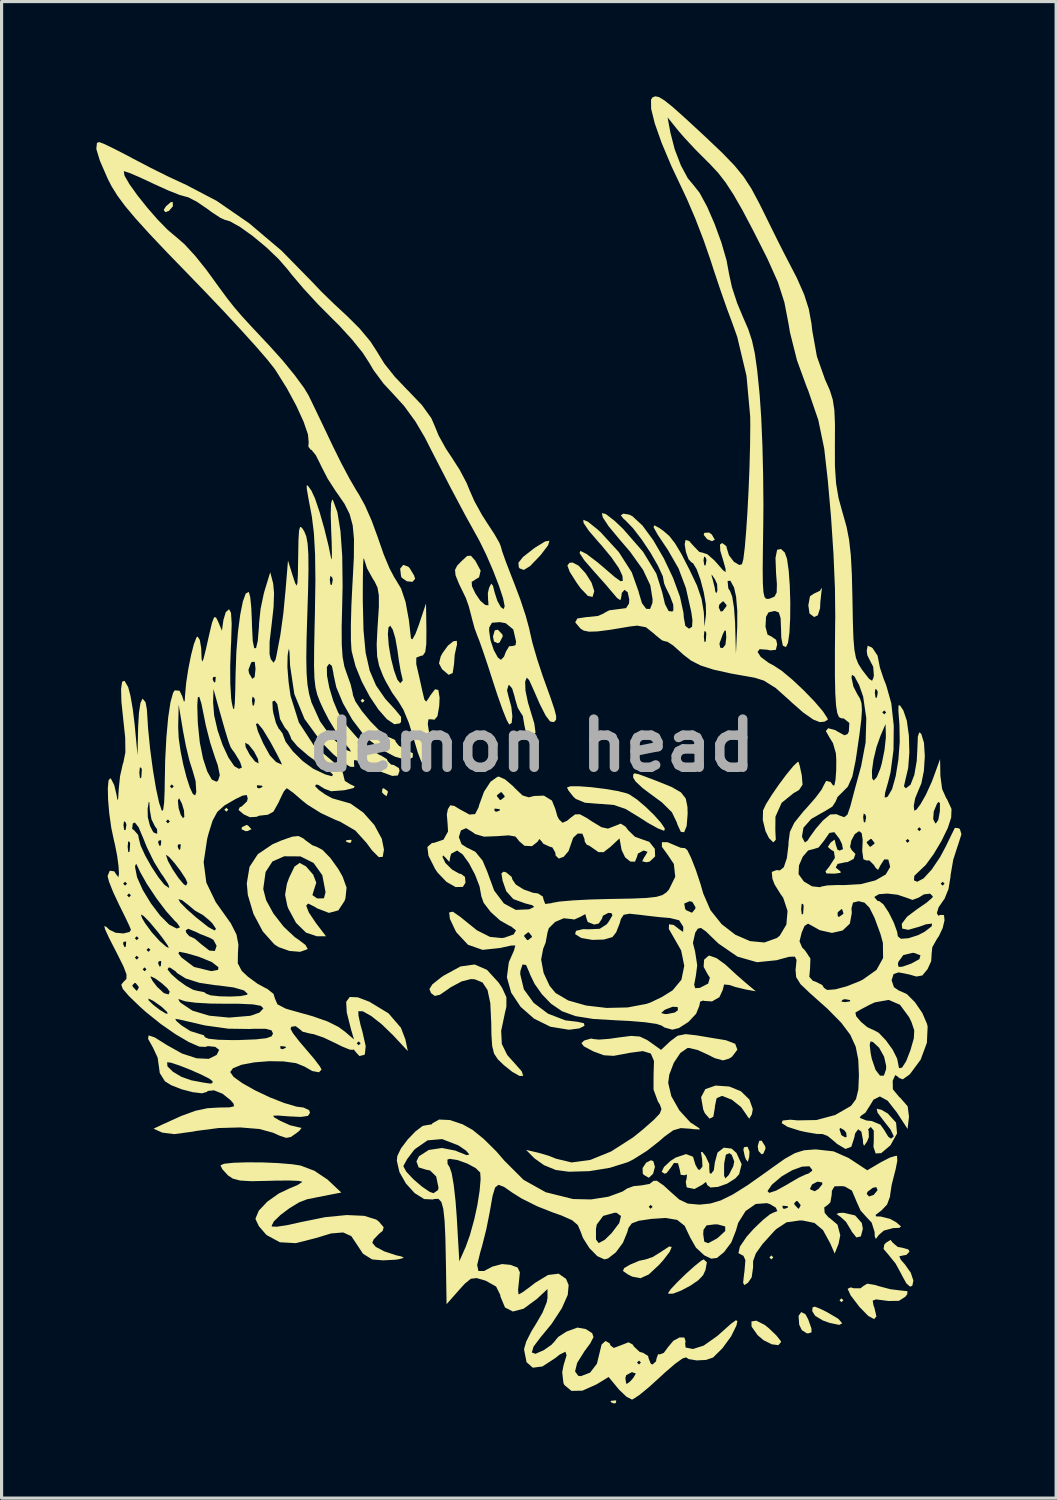
<source format=kicad_pcb>
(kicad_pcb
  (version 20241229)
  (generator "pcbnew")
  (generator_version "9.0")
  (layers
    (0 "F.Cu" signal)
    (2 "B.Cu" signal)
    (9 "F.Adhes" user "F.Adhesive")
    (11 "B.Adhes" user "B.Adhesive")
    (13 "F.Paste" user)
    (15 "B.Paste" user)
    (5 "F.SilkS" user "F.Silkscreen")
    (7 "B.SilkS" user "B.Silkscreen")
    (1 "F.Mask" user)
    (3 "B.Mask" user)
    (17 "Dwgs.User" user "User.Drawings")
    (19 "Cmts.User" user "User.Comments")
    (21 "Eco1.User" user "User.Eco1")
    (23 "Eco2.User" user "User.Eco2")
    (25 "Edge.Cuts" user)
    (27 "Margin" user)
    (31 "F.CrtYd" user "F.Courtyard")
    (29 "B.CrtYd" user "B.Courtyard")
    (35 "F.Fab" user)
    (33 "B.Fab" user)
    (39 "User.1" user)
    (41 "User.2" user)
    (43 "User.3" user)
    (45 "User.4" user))
  (footprint "demon head"
    (layer "F.Cu")
    (at 13.797 20.561)
    (property "Reference" "demon head" (at 0 0 0) (layer "F.Fab") (effects (font (size 1.524 1.524) (thickness 0.3))))
    (attr board_only exclude_from_pos_files exclude_from_bom)
    (fp_poly (pts (xy -9.617 2.034) (xy -9.679 2.096) (xy -9.741 2.034) (xy -9.679 1.973)) (stroke (width 0) (type solid)) (fill yes) (layer "F.SilkS"))
    (fp_poly (pts (xy -5.302 -1.418) (xy -5.364 -1.356) (xy -5.425 -1.418) (xy -5.364 -1.48)) (stroke (width 0) (type solid)) (fill yes) (layer "F.SilkS"))
    (fp_poly (pts (xy 7.645 16.214) (xy 7.583 16.276) (xy 7.521 16.214) (xy 7.583 16.152)) (stroke (width 0) (type solid)) (fill yes) (layer "F.SilkS"))
    (fp_poly (pts (xy 9.864 17.57) (xy 9.802 17.632) (xy 9.741 17.57) (xy 9.802 17.509)) (stroke (width 0) (type solid)) (fill yes) (layer "F.SilkS"))
    (fp_poly (pts (xy -5.713 3) (xy -5.73 3.074) (xy -5.795 3.083) (xy -5.897 3.037) (xy -5.877 3) (xy -5.731 2.986)) (stroke (width 0) (type solid)) (fill yes) (layer "F.SilkS"))
    (fp_poly (pts (xy 2.672 20.756) (xy 2.655 20.829) (xy 2.589 20.838) (xy 2.488 20.793) (xy 2.507 20.756) (xy 2.653 20.741)) (stroke (width 0) (type solid)) (fill yes) (layer "F.SilkS"))
    (fp_poly (pts (xy -11.373 -17.075) (xy -11.497 -16.932) (xy -11.613 -16.892) (xy -11.662 -16.963) (xy -11.588 -17.08) (xy -11.437 -17.209) (xy -11.375 -17.212)) (stroke (width 0) (type solid)) (fill yes) (layer "F.SilkS"))
    (fp_poly (pts (xy -8.992 2.533) (xy -8.883 2.652) (xy -9.008 2.71) (xy -9.07 2.713) (xy -9.197 2.652) (xy -9.185 2.587) (xy -9.037 2.516)) (stroke (width 0) (type solid)) (fill yes) (layer "F.SilkS"))
    (fp_poly (pts (xy 5.697 -6.683) (xy 5.792 -6.519) (xy 5.701 -6.471) (xy 5.549 -6.535) (xy 5.441 -6.671) (xy 5.462 -6.736) (xy 5.612 -6.743)) (stroke (width 0) (type solid)) (fill yes) (layer "F.SilkS"))
    (fp_poly (pts (xy -4.567 1.446) (xy -4.562 1.48) (xy -4.604 1.6) (xy -4.617 1.603) (xy -4.722 1.517) (xy -4.747 1.48) (xy -4.737 1.366) (xy -4.693 1.356)) (stroke (width 0) (type solid)) (fill yes) (layer "F.SilkS"))
    (fp_poly (pts (xy -0.936 -3.517) (xy -0.925 -3.452) (xy -1.022 -3.267) (xy -1.079 -3.237) (xy -1.203 -3.294) (xy -1.233 -3.452) (xy -1.176 -3.648) (xy -1.079 -3.668)) (stroke (width 0) (type solid)) (fill yes) (layer "F.SilkS"))
    (fp_poly (pts (xy 6.891 12.864) (xy 6.881 13.029) (xy 6.838 13.185) (xy 6.781 13.114) (xy 6.744 13.021) (xy 6.697 12.803) (xy 6.717 12.723) (xy 6.83 12.708)) (stroke (width 0) (type solid)) (fill yes) (layer "F.SilkS"))
    (fp_poly (pts (xy 7.388 12.693) (xy 7.398 12.769) (xy 7.329 12.928) (xy 7.275 12.947) (xy 7.176 12.843) (xy 7.151 12.693) (xy 7.199 12.522) (xy 7.275 12.515)) (stroke (width 0) (type solid)) (fill yes) (layer "F.SilkS"))
    (fp_poly (pts (xy -3.916 -5.663) (xy -3.865 -5.605) (xy -3.733 -5.385) (xy -3.699 -5.278) (xy -3.784 -5.183) (xy -3.962 -5.201) (xy -4.12 -5.311) (xy -4.145 -5.358) (xy -4.173 -5.601) (xy -4.076 -5.72)) (stroke (width 0) (type solid)) (fill yes) (layer "F.SilkS"))
    (fp_poly (pts (xy 3.846 13.167) (xy 3.896 13.347) (xy 3.838 13.564) (xy 3.711 13.685) (xy 3.693 13.686) (xy 3.54 13.597) (xy 3.511 13.558) (xy 3.505 13.383) (xy 3.618 13.213) (xy 3.771 13.136)) (stroke (width 0) (type solid)) (fill yes) (layer "F.SilkS"))
    (fp_poly (pts (xy 8.663 18.013) (xy 8.75 18.175) (xy 8.852 18.462) (xy 8.856 18.587) (xy 8.757 18.618) (xy 8.707 18.618) (xy 8.546 18.514) (xy 8.465 18.343) (xy 8.445 18.066) (xy 8.529 17.945)) (stroke (width 0) (type solid)) (fill yes) (layer "F.SilkS"))
    (fp_poly (pts (xy 9.164 17.856) (xy 9.349 17.948) (xy 9.704 18.158) (xy 9.828 18.3) (xy 9.733 18.351) (xy 9.429 18.288) (xy 9.217 18.212) (xy 8.974 18.067) (xy 8.878 17.916) (xy 8.889 17.795) (xy 8.964 17.773)) (stroke (width 0) (type solid)) (fill yes) (layer "F.SilkS"))
    (fp_poly (pts (xy 7.373 18.352) (xy 7.502 18.455) (xy 7.744 18.688) (xy 7.88 18.86) (xy 7.891 18.893) (xy 7.805 18.992) (xy 7.594 18.965) (xy 7.335 18.835) (xy 7.15 18.678) (xy 6.956 18.404) (xy 6.953 18.242) (xy 7.105 18.217)) (stroke (width 0) (type solid)) (fill yes) (layer "F.SilkS"))
    (fp_poly (pts (xy 9.17 -4.87) (xy 9.134 -4.535) (xy 9.126 -4.346) (xy 9.054 -4.122) (xy 8.939 -4.069) (xy 8.792 -4.179) (xy 8.754 -4.439) (xy 8.807 -4.727) (xy 8.93 -4.809) (xy 9.123 -4.9) (xy 9.159 -4.963) (xy 9.185 -4.991)) (stroke (width 0) (type solid)) (fill yes) (layer "F.SilkS"))
    (fp_poly (pts (xy 10.237 14.885) (xy 10.448 15.124) (xy 10.481 15.307) (xy 10.418 15.548) (xy 10.276 15.581) (xy 10.128 15.395) (xy 10.117 15.368) (xy 9.945 15.084) (xy 9.778 14.933) (xy 9.646 14.839) (xy 9.725 14.805) (xy 9.87 14.8)) (stroke (width 0) (type solid)) (fill yes) (layer "F.SilkS"))
    (fp_poly (pts (xy 0.514 -6.345) (xy 0.292 -6.051) (xy 0.241 -5.993) (xy -0.058 -5.682) (xy -0.256 -5.56) (xy -0.388 -5.608) (xy -0.416 -5.647) (xy -0.428 -5.788) (xy -0.282 -5.971) (xy 0.05 -6.231) (xy 0.102 -6.268) (xy 0.416 -6.462) (xy 0.554 -6.485)) (stroke (width 0) (type solid)) (fill yes) (layer "F.SilkS"))
    (fp_poly (pts (xy 1.477 -5.696) (xy 1.699 -5.456) (xy 1.886 -5.162) (xy 1.972 -4.901) (xy 1.973 -4.882) (xy 1.92 -4.705) (xy 1.771 -4.739) (xy 1.543 -4.978) (xy 1.422 -5.146) (xy 1.198 -5.499) (xy 1.123 -5.7) (xy 1.189 -5.785) (xy 1.286 -5.795)) (stroke (width 0) (type solid)) (fill yes) (layer "F.SilkS"))
    (fp_poly (pts (xy -2.373 -3.185) (xy -2.385 -3.151) (xy -2.446 -2.871) (xy -2.466 -2.579) (xy -2.51 -2.293) (xy -2.638 -2.238) (xy -2.845 -2.415) (xy -2.846 -2.416) (xy -2.943 -2.601) (xy -2.889 -2.819) (xy -2.83 -2.93) (xy -2.66 -3.162) (xy -2.492 -3.299) (xy -2.378 -3.316)) (stroke (width 0) (type solid)) (fill yes) (layer "F.SilkS"))
    (fp_poly (pts (xy 5.541 16.367) (xy 5.498 16.61) (xy 5.421 16.777) (xy 5.271 16.936) (xy 5.016 17.11) (xy 4.727 17.263) (xy 4.475 17.36) (xy 4.329 17.366) (xy 4.316 17.338) (xy 4.399 17.217) (xy 4.608 16.995) (xy 4.88 16.731) (xy 5.152 16.486) (xy 5.363 16.317) (xy 5.44 16.276)) (stroke (width 0) (type solid)) (fill yes) (layer "F.SilkS"))
    (fp_poly (pts (xy 4.428 15.881) (xy 4.365 16.033) (xy 4.161 16.3) (xy 4.024 16.452) (xy 3.698 16.755) (xy 3.438 16.872) (xy 3.175 16.822) (xy 3.033 16.749) (xy 2.882 16.641) (xy 2.923 16.551) (xy 3.095 16.449) (xy 3.39 16.322) (xy 3.59 16.28) (xy 3.821 16.204) (xy 4.104 16.028) (xy 4.114 16.02) (xy 4.346 15.868)) (stroke (width 0) (type solid)) (fill yes) (layer "F.SilkS"))
    (fp_poly (pts (xy 3.368 0.906) (xy 3.635 1.003) (xy 3.946 1.121) (xy 4.428 1.316) (xy 4.721 1.486) (xy 4.872 1.68) (xy 4.926 1.945) (xy 4.932 2.166) (xy 4.901 2.552) (xy 4.821 2.747) (xy 4.716 2.735) (xy 4.606 2.497) (xy 4.59 2.44) (xy 4.434 2.116) (xy 4.113 1.798) (xy 3.847 1.604) (xy 3.512 1.354) (xy 3.281 1.138) (xy 3.207 1.017) (xy 3.207 0.921) (xy 3.243 0.882)) (stroke (width 0) (type solid)) (fill yes) (layer "F.SilkS"))
    (fp_poly (pts (xy 6.25 10.801) (xy 6.621 10.953) (xy 6.887 11.212) (xy 6.995 11.515) (xy 6.966 11.682) (xy 6.883 11.821) (xy 6.815 11.732) (xy 6.81 11.718) (xy 6.625 11.452) (xy 6.332 11.219) (xy 6.04 11.103) (xy 6.011 11.101) (xy 5.849 11.172) (xy 5.796 11.425) (xy 5.795 11.467) (xy 5.746 11.757) (xy 5.627 11.82) (xy 5.478 11.649) (xy 5.426 11.53) (xy 5.358 11.14) (xy 5.493 10.883) (xy 5.816 10.771)) (stroke (width 0) (type solid)) (fill yes) (layer "F.SilkS"))
    (fp_poly (pts (xy 8.484 0.652) (xy 8.543 0.927) (xy 8.548 0.951) (xy 8.571 1.243) (xy 8.459 1.411) (xy 8.292 1.506) (xy 7.91 1.814) (xy 7.713 2.255) (xy 7.709 2.682) (xy 7.724 2.984) (xy 7.646 3.069) (xy 7.509 2.935) (xy 7.399 2.715) (xy 7.312 2.36) (xy 7.32 2.056) (xy 7.411 1.863) (xy 7.594 1.569) (xy 7.827 1.231) (xy 8.069 0.907) (xy 8.28 0.651) (xy 8.417 0.521) (xy 8.443 0.518)) (stroke (width 0) (type solid)) (fill yes) (layer "F.SilkS"))
    (fp_poly (pts (xy 11.431 15.752) (xy 11.586 15.881) (xy 11.724 15.906) (xy 11.919 15.959) (xy 11.96 16.029) (xy 11.859 16.135) (xy 11.754 16.152) (xy 11.636 16.178) (xy 11.684 16.289) (xy 11.815 16.438) (xy 11.999 16.7) (xy 12.082 16.95) (xy 12.047 17.113) (xy 11.975 17.139) (xy 11.86 17.037) (xy 11.722 16.788) (xy 11.707 16.754) (xy 11.516 16.406) (xy 11.299 16.137) (xy 11.136 15.945) (xy 11.162 15.804) (xy 11.212 15.751) (xy 11.358 15.66)) (stroke (width 0) (type solid)) (fill yes) (layer "F.SilkS"))
    (fp_poly (pts (xy 10.878 17.089) (xy 10.979 17.122) (xy 11.354 17.221) (xy 11.685 17.262) (xy 11.892 17.283) (xy 11.889 17.378) (xy 11.827 17.459) (xy 11.623 17.589) (xy 11.288 17.594) (xy 11.198 17.581) (xy 10.9 17.543) (xy 10.792 17.582) (xy 10.819 17.734) (xy 10.848 17.812) (xy 10.911 18.083) (xy 10.838 18.167) (xy 10.651 18.066) (xy 10.375 17.783) (xy 10.094 17.416) (xy 10 17.209) (xy 10.094 17.162) (xy 10.193 17.191) (xy 10.41 17.19) (xy 10.488 17.126) (xy 10.619 17.045)) (stroke (width 0) (type solid)) (fill yes) (layer "F.SilkS"))
    (fp_poly (pts (xy 1.892 1.322) (xy 2.318 1.375) (xy 2.713 1.442) (xy 3.007 1.517) (xy 3.083 1.548) (xy 3.323 1.707) (xy 3.6 1.942) (xy 3.871 2.205) (xy 4.089 2.451) (xy 4.21 2.632) (xy 4.19 2.701) (xy 4.186 2.701) (xy 3.993 2.628) (xy 3.678 2.453) (xy 3.392 2.269) (xy 2.966 2.011) (xy 2.597 1.884) (xy 2.167 1.85) (xy 2.147 1.85) (xy 1.679 1.813) (xy 1.388 1.692) (xy 1.314 1.624) (xy 1.157 1.426) (xy 1.11 1.33) (xy 1.22 1.292) (xy 1.503 1.292)) (stroke (width 0) (type solid)) (fill yes) (layer "F.SilkS"))
    (fp_poly (pts (xy -1.423 7.106) (xy -1.052 7.513) (xy -0.943 7.679) (xy -0.808 7.973) (xy -0.809 8.277) (xy -0.857 8.48) (xy -0.974 9.037) (xy -0.953 9.454) (xy -0.781 9.805) (xy -0.553 10.059) (xy -0.321 10.323) (xy -0.276 10.461) (xy -0.387 10.468) (xy -0.624 10.336) (xy -0.884 10.128) (xy -1.081 9.938) (xy -1.199 9.758) (xy -1.259 9.518) (xy -1.283 9.147) (xy -1.288 8.789) (xy -1.318 8.162) (xy -1.406 7.745) (xy -1.566 7.504) (xy -1.814 7.405) (xy -1.934 7.398) (xy -2.225 7.472) (xy -2.566 7.654) (xy -2.643 7.708) (xy -2.915 7.895) (xy -3.077 7.932) (xy -3.196 7.842) (xy -3.246 7.713) (xy -3.152 7.564) (xy -2.883 7.35) (xy -2.789 7.285) (xy -2.262 6.998) (xy -1.816 6.936)) (stroke (width 0) (type solid)) (fill yes) (layer "F.SilkS"))
    (fp_poly (pts (xy 6.324 12.767) (xy 6.478 12.905) (xy 6.642 13.262) (xy 6.563 13.579) (xy 6.442 13.712) (xy 6.181 13.878) (xy 5.892 13.98) (xy 5.655 13.999) (xy 5.549 13.919) (xy 5.549 13.911) (xy 5.512 13.823) (xy 5.401 13.908) (xy 5.15 14.047) (xy 4.92 14.001) (xy 4.899 13.983) (xy 4.873 13.82) (xy 4.9 13.716) (xy 4.911 13.587) (xy 4.83 13.612) (xy 4.712 13.597) (xy 4.685 13.447) (xy 4.627 13.231) (xy 4.499 13.221) (xy 4.394 13.378) (xy 4.266 13.541) (xy 4.2 13.563) (xy 4.109 13.501) (xy 4.184 13.348) (xy 4.389 13.158) (xy 4.552 13.052) (xy 4.882 12.941) (xy 5.102 13.026) (xy 5.179 13.28) (xy 5.262 13.427) (xy 5.316 13.44) (xy 5.401 13.335) (xy 5.39 13.103) (xy 5.354 12.878) (xy 5.397 12.872) (xy 5.501 13.007) (xy 5.616 13.254) (xy 5.617 13.405) (xy 5.629 13.547) (xy 5.676 13.563) (xy 5.76 13.456) (xy 5.777 13.333) (xy 6.086 13.333) (xy 6.087 13.627) (xy 6.126 13.71) (xy 6.223 13.616) (xy 6.239 13.596) (xy 6.376 13.329) (xy 6.408 13.176) (xy 6.329 12.966) (xy 6.255 12.913) (xy 6.143 12.96) (xy 6.091 13.225) (xy 6.086 13.333) (xy 5.777 13.333) (xy 5.795 13.202) (xy 5.878 12.893) (xy 6.077 12.738)) (stroke (width 0) (type solid)) (fill yes) (layer "F.SilkS"))
    (fp_poly (pts (xy -7.242 2.942) (xy -7.171 3.003) (xy -6.951 3.161) (xy -6.824 3.206) (xy -6.635 3.305) (xy -6.386 3.56) (xy -6.134 3.91) (xy -5.997 4.15) (xy -5.871 4.501) (xy -5.904 4.829) (xy -5.933 4.921) (xy -6.131 5.222) (xy -6.428 5.302) (xy -6.806 5.157) (xy -6.877 5.11) (xy -7.087 5.006) (xy -7.149 5.073) (xy -7.066 5.288) (xy -6.84 5.625) (xy -6.837 5.629) (xy -6.522 6.042) (xy -6.815 6.042) (xy -7.155 5.927) (xy -7.472 5.616) (xy -7.719 5.158) (xy -7.747 5.079) (xy -7.818 4.731) (xy -7.761 4.384) (xy -7.689 4.185) (xy -7.52 3.836) (xy -7.357 3.719) (xy -7.156 3.829) (xy -6.927 4.092) (xy -6.83 4.346) (xy -6.893 4.541) (xy -6.953 4.738) (xy -6.818 4.834) (xy -6.779 4.845) (xy -6.588 4.84) (xy -6.537 4.649) (xy -6.537 4.643) (xy -6.639 4.108) (xy -6.915 3.721) (xy -7.331 3.513) (xy -7.844 3.509) (xy -8.218 3.673) (xy -8.435 4.007) (xy -8.508 4.531) (xy -8.508 4.552) (xy -8.418 4.902) (xy -8.186 5.324) (xy -7.863 5.74) (xy -7.506 6.074) (xy -7.395 6.149) (xy -7.174 6.316) (xy -7.103 6.44) (xy -7.111 6.453) (xy -7.341 6.535) (xy -7.68 6.507) (xy -8.024 6.385) (xy -8.158 6.299) (xy -8.524 5.889) (xy -8.819 5.334) (xy -8.998 4.734) (xy -9.031 4.366) (xy -8.943 3.842) (xy -8.679 3.44) (xy -8.211 3.126) (xy -7.933 3.007) (xy -7.594 2.888) (xy -7.394 2.867)) (stroke (width 0) (type solid)) (fill yes) (layer "F.SilkS"))
    (fp_poly (pts (xy -8.536 13.205) (xy -8.039 13.226) (xy -7.595 13.263) (xy -7.336 13.302) (xy -6.893 13.468) (xy -6.475 13.747) (xy -6.44 13.779) (xy -6.038 14.159) (xy -6.41 14.231) (xy -6.81 14.31) (xy -7.121 14.372) (xy -7.376 14.471) (xy -7.677 14.654) (xy -7.964 14.87) (xy -8.174 15.073) (xy -8.245 15.215) (xy -8.234 15.234) (xy -8.087 15.242) (xy -7.77 15.195) (xy -7.347 15.102) (xy -7.317 15.095) (xy -6.543 14.938) (xy -5.861 14.872) (xy -5.311 14.897) (xy -4.933 15.014) (xy -4.845 15.081) (xy -4.696 15.257) (xy -4.727 15.373) (xy -4.84 15.465) (xy -5.014 15.646) (xy -5.055 15.75) (xy -4.947 15.88) (xy -4.671 16.024) (xy -4.302 16.146) (xy -4.131 16.184) (xy -4.056 16.225) (xy -4.216 16.271) (xy -4.324 16.287) (xy -4.715 16.307) (xy -5.054 16.278) (xy -5.064 16.276) (xy -5.35 16.097) (xy -5.54 15.81) (xy -5.721 15.539) (xy -5.98 15.423) (xy -6.364 15.455) (xy -6.843 15.601) (xy -7.478 15.762) (xy -7.983 15.734) (xy -8.392 15.512) (xy -8.428 15.48) (xy -8.647 15.226) (xy -8.753 15.003) (xy -8.754 14.981) (xy -8.651 14.734) (xy -8.385 14.451) (xy -8.02 14.191) (xy -7.691 14.034) (xy -7.417 13.918) (xy -7.279 13.827) (xy -7.274 13.816) (xy -7.388 13.79) (xy -7.692 13.778) (xy -8.129 13.782) (xy -8.333 13.788) (xy -8.881 13.8) (xy -9.242 13.779) (xy -9.474 13.717) (xy -9.628 13.615) (xy -9.807 13.417) (xy -9.864 13.297) (xy -9.751 13.248) (xy -9.452 13.216) (xy -9.027 13.202)) (stroke (width 0) (type solid)) (fill yes) (layer "F.SilkS"))
    (fp_poly (pts (xy 5.205 9.179) (xy 5.65 9.254) (xy 6.073 9.323) (xy 6.141 9.334) (xy 6.438 9.448) (xy 6.507 9.634) (xy 6.341 9.853) (xy 6.255 9.913) (xy 6.052 9.974) (xy 5.788 9.902) (xy 5.577 9.794) (xy 5.246 9.644) (xy 4.98 9.58) (xy 4.925 9.583) (xy 4.701 9.739) (xy 4.493 10.05) (xy 4.35 10.427) (xy 4.316 10.685) (xy 4.415 11.107) (xy 4.669 11.555) (xy 5.015 11.935) (xy 5.304 12.126) (xy 5.317 12.161) (xy 5.131 12.153) (xy 5.016 12.138) (xy 4.715 12.118) (xy 4.473 12.189) (xy 4.198 12.388) (xy 4.045 12.522) (xy 3.647 12.835) (xy 3.214 13.108) (xy 3.036 13.197) (xy 2.467 13.376) (xy 1.809 13.482) (xy 1.172 13.5) (xy 0.756 13.445) (xy 0.382 13.292) (xy 0.078 13.075) (xy -0.185 12.808) (xy 0.185 12.894) (xy 0.524 12.992) (xy 0.763 13.087) (xy 1.256 13.206) (xy 1.848 13.126) (xy 2.508 12.858) (xy 3.203 12.413) (xy 3.522 12.155) (xy 3.866 11.852) (xy 4.05 11.657) (xy 4.103 11.515) (xy 4.053 11.373) (xy 3.99 11.274) (xy 3.851 10.896) (xy 3.853 10.419) (xy 3.866 9.993) (xy 3.765 9.756) (xy 3.514 9.679) (xy 3.078 9.737) (xy 2.997 9.755) (xy 2.586 9.83) (xy 2.282 9.812) (xy 1.961 9.694) (xy 1.922 9.676) (xy 1.643 9.527) (xy 1.568 9.426) (xy 1.654 9.345) (xy 1.872 9.281) (xy 1.955 9.298) (xy 2.126 9.315) (xy 2.454 9.29) (xy 2.724 9.251) (xy 3.14 9.198) (xy 3.415 9.218) (xy 3.648 9.327) (xy 3.74 9.39) (xy 4.09 9.641) (xy 4.383 9.366) (xy 4.615 9.192) (xy 4.869 9.142)) (stroke (width 0) (type solid)) (fill yes) (layer "F.SilkS"))
    (fp_poly (pts (xy -13.56 -19.057) (xy -13.252 -18.909) (xy -12.837 -18.696) (xy -12.629 -18.585) (xy -12.086 -18.301) (xy -11.527 -18.023) (xy -11.056 -17.803) (xy -10.975 -17.768) (xy -9.984 -17.249) (xy -8.953 -16.538) (xy -7.932 -15.673) (xy -6.97 -14.692) (xy -6.952 -14.673) (xy -6.665 -14.372) (xy -6.273 -13.99) (xy -5.86 -13.607) (xy -5.843 -13.591) (xy -5.454 -13.203) (xy -5.113 -12.794) (xy -4.891 -12.45) (xy -4.881 -12.43) (xy -4.672 -12.092) (xy -4.343 -11.679) (xy -3.961 -11.277) (xy -3.927 -11.244) (xy -3.483 -10.78) (xy -3.187 -10.368) (xy -3.092 -10.151) (xy -2.953 -9.813) (xy -2.722 -9.397) (xy -2.554 -9.145) (xy -2.287 -8.729) (xy -2.065 -8.308) (xy -1.981 -8.1) (xy -1.823 -7.739) (xy -1.581 -7.301) (xy -1.408 -7.031) (xy -1.184 -6.687) (xy -1.031 -6.42) (xy -0.986 -6.307) (xy -0.943 -6.15) (xy -0.827 -5.823) (xy -0.658 -5.384) (xy -0.571 -5.163) (xy -0.368 -4.626) (xy -0.196 -4.107) (xy -0.084 -3.695) (xy -0.066 -3.605) (xy 0.019 -3.239) (xy 0.165 -2.737) (xy 0.344 -2.194) (xy 0.391 -2.064) (xy 0.589 -1.515) (xy 0.711 -1.153) (xy 0.767 -0.936) (xy 0.766 -0.82) (xy 0.719 -0.761) (xy 0.683 -0.74) (xy 0.576 -0.762) (xy 0.436 -0.945) (xy 0.248 -1.314) (xy 0.041 -1.788) (xy -0.089 -2.073) (xy -0.164 -2.148) (xy -0.209 -2.036) (xy -0.214 -2.011) (xy -0.204 -1.735) (xy -0.123 -1.35) (xy -0.069 -1.175) (xy 0.076 -0.694) (xy 0.114 -0.412) (xy 0.044 -0.308) (xy -0.062 -0.325) (xy -0.207 -0.491) (xy -0.247 -0.684) (xy -0.288 -0.936) (xy -0.356 -1.039) (xy -0.45 -1.196) (xy -0.537 -1.491) (xy -0.547 -1.543) (xy -0.627 -1.809) (xy -0.721 -1.916) (xy -0.741 -1.91) (xy -0.789 -1.75) (xy -0.735 -1.529) (xy -0.652 -1.223) (xy -0.62 -0.926) (xy -0.641 -0.714) (xy -0.716 -0.664) (xy -0.72 -0.666) (xy -0.797 -0.803) (xy -0.926 -1.125) (xy -1.087 -1.58) (xy -1.224 -1.999) (xy -1.398 -2.538) (xy -1.554 -3.002) (xy -1.671 -3.332) (xy -1.722 -3.456) (xy -1.788 -3.636) (xy -1.356 -3.636) (xy -1.313 -3.336) (xy -1.208 -3.023) (xy -1.079 -2.786) (xy -0.981 -2.713) (xy -0.883 -2.815) (xy -0.824 -2.972) (xy -0.722 -3.143) (xy -0.625 -3.149) (xy -0.52 -3.175) (xy -0.502 -3.291) (xy -0.59 -3.675) (xy -0.829 -3.872) (xy -1.017 -3.907) (xy -1.266 -3.887) (xy -1.351 -3.739) (xy -1.356 -3.636) (xy -1.788 -3.636) (xy -1.814 -3.704) (xy -1.907 -4.048) (xy -1.911 -4.069) (xy -2.001 -4.413) (xy -2.093 -4.672) (xy -2.097 -4.681) (xy -2.308 -5.116) (xy -2.419 -5.389) (xy -2.436 -5.562) (xy -2.368 -5.695) (xy -2.244 -5.825) (xy -2.05 -6.003) (xy -1.932 -6.01) (xy -1.794 -5.853) (xy -1.793 -5.852) (xy -1.624 -5.537) (xy -1.674 -5.327) (xy -1.792 -5.256) (xy -1.908 -5.181) (xy -1.898 -5.042) (xy -1.789 -4.811) (xy -1.635 -4.585) (xy -1.479 -4.451) (xy -1.377 -4.438) (xy -1.382 -4.576) (xy -1.388 -4.593) (xy -1.396 -4.829) (xy -1.357 -4.994) (xy -1.29 -5.127) (xy -1.235 -5.061) (xy -1.179 -4.841) (xy -1.093 -4.576) (xy -0.985 -4.384) (xy -0.895 -4.32) (xy -0.863 -4.412) (xy -0.913 -4.661) (xy -1.045 -5.061) (xy -1.231 -5.542) (xy -1.443 -6.033) (xy -1.654 -6.465) (xy -1.719 -6.584) (xy -2.103 -7.277) (xy -2.574 -8.163) (xy -3.115 -9.212) (xy -3.392 -9.756) (xy -3.686 -10.256) (xy -4.043 -10.747) (xy -4.346 -11.081) (xy -4.702 -11.465) (xy -5.02 -11.893) (xy -5.153 -12.12) (xy -5.361 -12.441) (xy -5.697 -12.857) (xy -6.103 -13.301) (xy -6.316 -13.512) (xy -6.776 -13.975) (xy -7.235 -14.473) (xy -7.617 -14.923) (xy -7.73 -15.069) (xy -8.028 -15.412) (xy -8.415 -15.781) (xy -8.837 -16.131) (xy -9.239 -16.42) (xy -9.566 -16.603) (xy -9.721 -16.646) (xy -9.87 -16.714) (xy -10.137 -16.889) (xy -10.304 -17.012) (xy -10.625 -17.229) (xy -10.889 -17.364) (xy -10.974 -17.385) (xy -11.168 -17.44) (xy -11.515 -17.578) (xy -11.943 -17.771) (xy -12.022 -17.809) (xy -12.434 -18.001) (xy -12.75 -18.135) (xy -12.915 -18.188) (xy -12.926 -18.186) (xy -12.904 -18.049) (xy -12.749 -17.78) (xy -12.497 -17.427) (xy -12.186 -17.037) (xy -11.853 -16.655) (xy -11.534 -16.329) (xy -11.268 -16.105) (xy -11.262 -16.101) (xy -10.999 -15.871) (xy -10.663 -15.505) (xy -10.318 -15.075) (xy -10.243 -14.973) (xy -9.907 -14.509) (xy -9.653 -14.165) (xy -9.433 -13.886) (xy -9.201 -13.615) (xy -8.911 -13.297) (xy -8.517 -12.877) (xy -8.323 -12.671) (xy -7.897 -12.197) (xy -7.511 -11.725) (xy -7.213 -11.319) (xy -7.072 -11.084) (xy -6.896 -10.72) (xy -6.657 -10.222) (xy -6.399 -9.679) (xy -6.311 -9.494) (xy -6.05 -8.965) (xy -5.783 -8.461) (xy -5.554 -8.067) (xy -5.49 -7.968) (xy -5.292 -7.611) (xy -5.074 -7.117) (xy -4.88 -6.587) (xy -4.863 -6.536) (xy -4.691 -6.043) (xy -4.51 -5.61) (xy -4.356 -5.319) (xy -4.334 -5.288) (xy -4.144 -4.97) (xy -4.002 -4.547) (xy -3.896 -3.968) (xy -3.831 -3.391) (xy -3.785 -3.361) (xy -3.69 -3.532) (xy -3.581 -3.822) (xy -3.354 -4.5) (xy -3.342 -3.668) (xy -3.345 -3.217) (xy -3.378 -2.961) (xy -3.452 -2.852) (xy -3.528 -2.836) (xy -3.662 -2.782) (xy -3.664 -2.58) (xy -3.645 -2.497) (xy -3.56 -2.13) (xy -3.471 -1.726) (xy -3.405 -1.45) (xy -3.347 -1.39) (xy -3.255 -1.521) (xy -3.225 -1.576) (xy -3.068 -1.782) (xy -2.964 -1.758) (xy -2.924 -1.516) (xy -2.936 -1.251) (xy -2.991 -0.93) (xy -3.086 -0.816) (xy -3.165 -0.827) (xy -3.277 -0.83) (xy -3.298 -0.682) (xy -3.263 -0.449) (xy -3.228 -0.065) (xy -3.257 0.292) (xy -3.337 0.543) (xy -3.431 0.617) (xy -3.507 0.506) (xy -3.617 0.216) (xy -3.738 -0.194) (xy -3.752 -0.245) (xy -3.899 -0.718) (xy -4.069 -1.129) (xy -4.223 -1.385) (xy -4.427 -1.672) (xy -4.646 -2.06) (xy -4.718 -2.212) (xy -4.839 -2.521) (xy -4.903 -2.825) (xy -4.917 -3.203) (xy -4.901 -3.527) (xy -4.562 -3.527) (xy -4.534 -3.165) (xy -4.463 -2.756) (xy -4.366 -2.373) (xy -4.263 -2.088) (xy -4.171 -1.973) (xy -4.169 -1.973) (xy -4.091 -2.061) (xy -4.106 -2.138) (xy -4.156 -2.347) (xy -4.217 -2.708) (xy -4.257 -3.003) (xy -4.326 -3.398) (xy -4.409 -3.672) (xy -4.488 -3.795) (xy -4.545 -3.736) (xy -4.562 -3.527) (xy -4.901 -3.527) (xy -4.89 -3.732) (xy -4.882 -3.85) (xy -4.847 -4.393) (xy -4.848 -4.756) (xy -4.891 -5.003) (xy -4.984 -5.197) (xy -5.038 -5.278) (xy -5.222 -5.611) (xy -5.32 -5.92) (xy -5.335 -5.919) (xy -5.347 -5.705) (xy -5.354 -5.314) (xy -5.357 -4.78) (xy -5.356 -4.562) (xy -5.334 -3.653) (xy -5.267 -2.939) (xy -5.139 -2.372) (xy -4.938 -1.902) (xy -4.647 -1.481) (xy -4.332 -1.137) (xy -4.144 -0.905) (xy -4.146 -0.745) (xy -4.182 -0.701) (xy -4.357 -0.673) (xy -4.593 -0.833) (xy -4.862 -1.139) (xy -5.136 -1.549) (xy -5.387 -2.021) (xy -5.587 -2.512) (xy -5.708 -2.981) (xy -5.714 -3.021) (xy -5.733 -3.33) (xy -5.734 -3.821) (xy -5.718 -4.429) (xy -5.686 -5.091) (xy -5.68 -5.179) (xy -5.64 -5.952) (xy -5.635 -6.533) (xy -5.677 -6.975) (xy -5.775 -7.333) (xy -5.939 -7.659) (xy -6.179 -8.006) (xy -6.208 -8.045) (xy -6.467 -8.446) (xy -6.689 -8.878) (xy -6.701 -8.908) (xy -6.848 -9.199) (xy -6.98 -9.36) (xy -7.01 -9.371) (xy -7.082 -9.468) (xy -7.07 -9.596) (xy -7.093 -9.851) (xy -7.232 -10.256) (xy -7.462 -10.759) (xy -7.758 -11.308) (xy -8.096 -11.849) (xy -8.162 -11.946) (xy -8.378 -12.219) (xy -8.737 -12.634) (xy -9.211 -13.158) (xy -9.768 -13.759) (xy -10.38 -14.402) (xy -10.84 -14.878) (xy -11.56 -15.62) (xy -12.125 -16.217) (xy -12.56 -16.698) (xy -12.888 -17.089) (xy -13.131 -17.418) (xy -13.314 -17.713) (xy -13.433 -17.944) (xy -13.682 -18.517) (xy -13.797 -18.893) (xy -13.777 -19.083) (xy -13.708 -19.112)) (stroke (width 0) (type solid)) (fill yes) (layer "F.SilkS"))
    (fp_poly (pts (xy -2.603 11.862) (xy -2.195 11.998) (xy -1.878 12.176) (xy -1.523 12.464) (xy -1.128 12.855) (xy -0.87 13.153) (xy -0.267 13.755) (xy 0.437 14.149) (xy 1.287 14.361) (xy 1.318 14.365) (xy 1.873 14.377) (xy 2.423 14.291) (xy 2.872 14.126) (xy 3.015 14.031) (xy 3.217 13.957) (xy 3.467 13.933) (xy 3.729 13.886) (xy 3.85 13.79) (xy 3.954 13.785) (xy 4.171 13.934) (xy 4.349 14.098) (xy 4.663 14.378) (xy 4.937 14.509) (xy 5.278 14.54) (xy 5.329 14.54) (xy 5.653 14.507) (xy 5.983 14.408) (xy 6.363 14.22) (xy 6.537 14.111) (xy 7.462 14.111) (xy 7.515 14.17) (xy 7.732 14.099) (xy 7.854 14.032) (xy 8.808 14.032) (xy 8.819 14.061) (xy 8.957 14.118) (xy 9.077 14.045) (xy 9.197 13.896) (xy 9.194 13.839) (xy 9.044 13.814) (xy 8.876 13.901) (xy 8.808 14.032) (xy 7.854 14.032) (xy 8.091 13.901) (xy 8.138 13.871) (xy 8.454 13.687) (xy 8.692 13.577) (xy 8.752 13.563) (xy 8.874 13.471) (xy 8.878 13.44) (xy 8.788 13.327) (xy 8.559 13.338) (xy 8.248 13.451) (xy 7.915 13.644) (xy 7.618 13.894) (xy 7.594 13.92) (xy 7.462 14.111) (xy 6.537 14.111) (xy 6.837 13.922) (xy 7.448 13.49) (xy 7.578 13.395) (xy 8.013 13.088) (xy 8.336 12.907) (xy 8.621 12.82) (xy 8.946 12.795) (xy 9.009 12.795) (xy 9.551 12.854) (xy 10.024 13.062) (xy 10.122 13.125) (xy 10.621 13.454) (xy 11.059 13.195) (xy 11.346 13.049) (xy 11.536 12.994) (xy 11.564 13.002) (xy 11.573 13.151) (xy 11.516 13.44) (xy 11.487 13.546) (xy 11.393 13.921) (xy 11.345 14.235) (xy 11.344 14.279) (xy 11.249 14.539) (xy 11.07 14.727) (xy 10.886 14.866) (xy 10.9 14.914) (xy 11.046 14.919) (xy 11.344 14.993) (xy 11.536 15.1) (xy 11.689 15.231) (xy 11.637 15.278) (xy 11.442 15.285) (xy 11.147 15.363) (xy 10.984 15.505) (xy 10.892 15.631) (xy 10.858 15.544) (xy 10.854 15.411) (xy 10.76 15.112) (xy 10.608 14.95) (xy 10.408 14.728) (xy 10.263 14.403) (xy 10.262 14.397) (xy 10.179 14.203) (xy 10.604 14.203) (xy 10.676 14.284) (xy 10.824 14.234) (xy 10.942 14.09) (xy 10.946 14.079) (xy 10.907 13.987) (xy 10.799 14.008) (xy 10.63 14.134) (xy 10.604 14.203) (xy 10.179 14.203) (xy 10.134 14.097) (xy 9.915 13.97) (xy 9.826 13.956) (xy 9.584 13.962) (xy 9.5 14.105) (xy 9.494 14.233) (xy 9.453 14.469) (xy 9.371 14.55) (xy 9.258 14.632) (xy 9.272 14.803) (xy 9.397 14.948) (xy 9.424 14.961) (xy 9.677 15.175) (xy 9.766 15.511) (xy 9.712 15.783) (xy 9.589 16.091) (xy 9.449 15.77) (xy 9.218 15.347) (xy 8.948 15.122) (xy 8.575 15.045) (xy 8.483 15.043) (xy 8.065 15.102) (xy 7.736 15.319) (xy 7.666 15.389) (xy 7.302 15.792) (xy 7.092 16.087) (xy 7.005 16.33) (xy 7.004 16.533) (xy 6.96 16.844) (xy 6.845 17.014) (xy 6.727 17.09) (xy 6.689 17.018) (xy 6.717 16.757) (xy 6.731 16.664) (xy 6.761 16.3) (xy 6.696 16.156) (xy 6.674 16.152) (xy 6.541 16.078) (xy 6.587 15.871) (xy 6.802 15.556) (xy 7.028 15.304) (xy 7.316 15.028) (xy 7.547 14.843) (xy 7.645 14.796) (xy 7.773 14.747) (xy 7.725 14.637) (xy 7.648 14.591) (xy 7.932 14.591) (xy 7.949 14.664) (xy 8.015 14.673) (xy 8.116 14.628) (xy 8.097 14.591) (xy 7.95 14.576) (xy 7.932 14.591) (xy 7.648 14.591) (xy 7.538 14.525) (xy 7.466 14.502) (xy 8.304 14.502) (xy 8.323 14.55) (xy 8.434 14.667) (xy 8.453 14.673) (xy 8.506 14.577) (xy 8.508 14.55) (xy 8.413 14.431) (xy 8.377 14.426) (xy 8.304 14.502) (xy 7.466 14.502) (xy 7.444 14.495) (xy 7.089 14.521) (xy 6.767 14.745) (xy 6.533 15.119) (xy 6.463 15.36) (xy 6.316 15.737) (xy 6.085 16.046) (xy 5.859 16.231) (xy 5.68 16.253) (xy 5.46 16.149) (xy 5.196 15.905) (xy 5.004 15.567) (xy 5 15.556) (xy 4.961 15.474) (xy 5.425 15.474) (xy 5.459 15.716) (xy 5.584 15.763) (xy 5.841 15.625) (xy 5.891 15.591) (xy 6.123 15.377) (xy 6.121 15.233) (xy 5.888 15.169) (xy 5.795 15.166) (xy 5.531 15.199) (xy 5.434 15.34) (xy 5.425 15.474) (xy 4.961 15.474) (xy 4.837 15.213) (xy 4.6 15.025) (xy 4.233 14.964) (xy 3.774 14.995) (xy 3.379 15.054) (xy 3.163 15.136) (xy 3.059 15.277) (xy 3.021 15.412) (xy 2.883 15.749) (xy 2.658 16.054) (xy 2.411 16.247) (xy 2.298 16.276) (xy 2.071 16.174) (xy 1.822 15.921) (xy 1.616 15.596) (xy 1.539 15.388) (xy 1.505 15.31) (xy 2.028 15.31) (xy 2.029 15.646) (xy 2.116 15.76) (xy 2.307 15.657) (xy 2.523 15.445) (xy 2.767 15.123) (xy 2.821 14.902) (xy 2.682 14.802) (xy 2.62 14.798) (xy 2.258 14.899) (xy 2.055 15.17) (xy 2.028 15.31) (xy 1.505 15.31) (xy 1.453 15.189) (xy 1.273 15.036) (xy 0.941 14.888) (xy 0.675 14.795) (xy 0.21 14.611) (xy 3.699 14.611) (xy 3.761 14.673) (xy 3.822 14.611) (xy 3.761 14.55) (xy 3.699 14.611) (xy 0.21 14.611) (xy 0.169 14.595) (xy -0.325 14.348) (xy -0.611 14.17) (xy -0.883 13.98) (xy -1.057 13.914) (xy -1.166 13.999) (xy -1.247 14.267) (xy -1.331 14.745) (xy -1.34 14.796) (xy -1.444 15.318) (xy -1.579 15.856) (xy -1.639 16.06) (xy -1.734 16.453) (xy -1.695 16.644) (xy -1.514 16.643) (xy -1.25 16.504) (xy -0.945 16.424) (xy -0.682 16.449) (xy -0.455 16.533) (xy -0.382 16.685) (xy -0.409 16.96) (xy -0.439 17.241) (xy -0.424 17.382) (xy -0.417 17.385) (xy -0.293 17.315) (xy -0.048 17.136) (xy 0.1 17.019) (xy 0.51 16.77) (xy 0.846 16.729) (xy 1.081 16.893) (xy 1.163 17.088) (xy 1.135 17.4) (xy 0.946 17.826) (xy 0.624 18.319) (xy 0.277 18.74) (xy 0.05 19.04) (xy -0.003 19.224) (xy 0.111 19.267) (xy 0.37 19.154) (xy 0.617 18.983) (xy 0.738 18.853) (xy 0.74 18.842) (xy 0.838 18.728) (xy 1.078 18.574) (xy 1.111 18.556) (xy 1.441 18.436) (xy 1.701 18.482) (xy 1.727 18.496) (xy 1.908 18.612) (xy 1.95 18.737) (xy 1.847 18.937) (xy 1.665 19.184) (xy 1.433 19.554) (xy 1.366 19.824) (xy 1.467 19.963) (xy 1.55 19.975) (xy 1.841 19.864) (xy 2.059 19.58) (xy 2.068 19.543) (xy 3.329 19.543) (xy 3.391 19.605) (xy 3.452 19.543) (xy 3.391 19.482) (xy 3.329 19.543) (xy 2.068 19.543) (xy 2.145 19.226) (xy 2.207 18.971) (xy 2.332 18.86) (xy 2.459 18.932) (xy 2.492 19.006) (xy 2.594 19.081) (xy 2.827 18.993) (xy 2.829 18.992) (xy 3.058 18.902) (xy 3.189 18.97) (xy 3.23 19.036) (xy 3.412 19.206) (xy 3.52 19.235) (xy 3.678 19.334) (xy 3.699 19.42) (xy 3.766 19.584) (xy 3.822 19.605) (xy 3.931 19.504) (xy 3.946 19.413) (xy 3.997 19.279) (xy 4.05 19.285) (xy 4.176 19.238) (xy 4.318 19.046) (xy 4.482 18.852) (xy 4.676 18.748) (xy 4.829 18.751) (xy 4.868 18.877) (xy 4.853 18.927) (xy 4.867 19.067) (xy 5.082 19.111) (xy 5.107 19.112) (xy 5.44 19.007) (xy 5.869 18.704) (xy 6 18.588) (xy 6.304 18.316) (xy 6.463 18.202) (xy 6.508 18.232) (xy 6.477 18.372) (xy 6.307 18.717) (xy 6.031 19.094) (xy 5.737 19.384) (xy 5.733 19.386) (xy 5.516 19.46) (xy 5.22 19.476) (xy 4.966 19.434) (xy 4.884 19.38) (xy 4.773 19.412) (xy 4.533 19.585) (xy 4.206 19.866) (xy 4.066 19.996) (xy 3.704 20.325) (xy 3.398 20.575) (xy 3.199 20.705) (xy 3.165 20.715) (xy 2.996 20.627) (xy 2.769 20.411) (xy 2.723 20.358) (xy 2.458 20.036) (xy 2.959 20.036) (xy 2.985 20.201) (xy 3.006 20.221) (xy 3.112 20.14) (xy 3.206 20.036) (xy 3.292 19.891) (xy 3.179 19.852) (xy 3.159 19.851) (xy 2.986 19.944) (xy 2.959 20.036) (xy 2.458 20.036) (xy 2.429 20.001) (xy 2.047 20.234) (xy 1.6 20.434) (xy 1.252 20.441) (xy 1.028 20.255) (xy 0.998 20.191) (xy 0.959 19.853) (xy 1.002 19.628) (xy 1.098 19.312) (xy 1.061 19.201) (xy 0.882 19.289) (xy 0.73 19.409) (xy 0.333 19.667) (xy 0.028 19.707) (xy -0.17 19.532) (xy -0.246 19.147) (xy -0.247 19.108) (xy -0.18 18.878) (xy -0.011 18.544) (xy 0.123 18.329) (xy 0.335 17.964) (xy 0.469 17.634) (xy 0.493 17.499) (xy 0.493 17.216) (xy 0.154 17.531) (xy -0.263 17.838) (xy -0.604 17.927) (xy -0.853 17.799) (xy -0.996 17.455) (xy -1.005 17.396) (xy -1.134 17.137) (xy -1.459 16.954) (xy -1.48 16.947) (xy -1.749 16.868) (xy -1.935 16.89) (xy -2.127 17.047) (xy -2.307 17.245) (xy -2.703 17.694) (xy -2.724 16.399) (xy -2.74 15.619) (xy -2.766 15.055) (xy -2.807 14.677) (xy -2.869 14.456) (xy -2.959 14.36) (xy -3.082 14.361) (xy -3.138 14.379) (xy -3.413 14.366) (xy -3.714 14.177) (xy -3.991 13.872) (xy -4.196 13.511) (xy -4.237 13.333) (xy -4.069 13.333) (xy -3.979 13.498) (xy -3.76 13.732) (xy -3.488 13.967) (xy -3.239 14.137) (xy -3.117 14.18) (xy -2.975 14.081) (xy -2.959 14.005) (xy -3.032 13.65) (xy -3.227 13.459) (xy -3.335 13.44) (xy -3.588 13.362) (xy -3.658 13.173) (xy -3.63 13.116) (xy -2.677 13.116) (xy -2.671 13.255) (xy -2.605 13.359) (xy -2.541 13.547) (xy -2.476 13.923) (xy -2.419 14.431) (xy -2.381 14.934) (xy -2.3 16.337) (xy -2.094 15.871) (xy -1.962 15.501) (xy -1.825 15.004) (xy -1.728 14.557) (xy -1.657 14.106) (xy -1.625 13.736) (xy -1.638 13.526) (xy -1.638 13.525) (xy -1.783 13.383) (xy -2.055 13.238) (xy -2.36 13.129) (xy -2.603 13.092) (xy -2.677 13.116) (xy -3.63 13.116) (xy -3.578 13.011) (xy -3.269 12.811) (xy -2.848 12.748) (xy -2.416 12.833) (xy -2.344 12.866) (xy -2.068 12.975) (xy -1.982 12.954) (xy -2.088 12.83) (xy -2.331 12.665) (xy -2.845 12.466) (xy -3.306 12.506) (xy -3.705 12.783) (xy -3.75 12.833) (xy -3.953 13.102) (xy -4.063 13.301) (xy -4.069 13.333) (xy -4.237 13.333) (xy -4.279 13.152) (xy -4.264 13.004) (xy -4.146 12.759) (xy -3.933 12.477) (xy -3.686 12.22) (xy -3.462 12.05) (xy -3.327 12.023) (xy -3.178 12.001) (xy -3.145 11.962) (xy -2.941 11.847)) (stroke (width 0) (type solid)) (fill yes) (layer "F.SilkS"))
    (fp_poly (pts (xy -7.094 -8.225) (xy -7.008 -8.106) (xy -6.985 -8.073) (xy -6.871 -7.826) (xy -6.729 -7.406) (xy -6.579 -6.883) (xy -6.442 -6.327) (xy -6.358 -5.918) (xy -6.34 -5.898) (xy -6.335 -6.087) (xy -6.343 -6.45) (xy -6.357 -6.782) (xy -6.373 -7.323) (xy -6.362 -7.665) (xy -6.325 -7.789) (xy -6.3 -7.768) (xy -6.162 -7.39) (xy -6.064 -6.792) (xy -6.008 -6.001) (xy -5.996 -5.04) (xy -6.008 -4.493) (xy -6.026 -3.747) (xy -6.023 -3.199) (xy -5.996 -2.8) (xy -5.941 -2.504) (xy -5.868 -2.289) (xy -5.742 -1.937) (xy -5.675 -1.653) (xy -5.672 -1.605) (xy -5.591 -1.395) (xy -5.387 -1.093) (xy -5.116 -0.765) (xy -4.832 -0.474) (xy -4.593 -0.285) (xy -4.49 -0.247) (xy -4.333 -0.175) (xy -4.316 -0.12) (xy -4.213 0.01) (xy -3.987 0.131) (xy -3.771 0.248) (xy -3.775 0.369) (xy -3.798 0.395) (xy -4.009 0.446) (xy -4.339 0.354) (xy -4.729 0.146) (xy -5.122 -0.149) (xy -5.357 -0.379) (xy -5.691 -0.821) (xy -5.984 -1.337) (xy -6.196 -1.845) (xy -6.287 -2.261) (xy -6.288 -2.297) (xy -6.336 -2.521) (xy -6.422 -2.589) (xy -6.495 -2.485) (xy -6.49 -2.213) (xy -6.419 -1.836) (xy -6.293 -1.417) (xy -6.139 -1.048) (xy -5.886 -0.652) (xy -5.536 -0.249) (xy -5.158 0.092) (xy -4.823 0.302) (xy -4.778 0.318) (xy -4.596 0.43) (xy -4.562 0.502) (xy -4.462 0.604) (xy -4.377 0.617) (xy -4.214 0.715) (xy -4.192 0.801) (xy -4.245 0.949) (xy -4.424 0.964) (xy -4.754 0.842) (xy -5.105 0.666) (xy -5.459 0.494) (xy -5.627 0.458) (xy -5.637 0.528) (xy -5.627 0.679) (xy -5.756 0.673) (xy -5.99 0.53) (xy -6.298 0.272) (xy -6.644 -0.082) (xy -6.666 -0.106) (xy -7.202 -0.841) (xy -7.525 -1.629) (xy -7.66 -2.533) (xy -7.664 -2.643) (xy -7.679 -2.971) (xy -7.697 -3.067) (xy -7.724 -2.942) (xy -7.738 -2.836) (xy -7.745 -2.486) (xy -7.707 -2.008) (xy -7.645 -1.57) (xy -7.381 -0.729) (xy -6.916 -0.016) (xy -6.267 0.54) (xy -6.026 0.753) (xy -5.969 0.941) (xy -5.971 0.946) (xy -5.925 1.122) (xy -5.762 1.224) (xy -5.612 1.295) (xy -5.648 1.348) (xy -5.898 1.408) (xy -5.958 1.419) (xy -6.359 1.449) (xy -6.569 1.372) (xy -6.767 1.248) (xy -6.837 1.236) (xy -6.867 1.289) (xy -6.746 1.411) (xy -6.54 1.556) (xy -6.317 1.676) (xy -6.148 1.723) (xy -5.748 1.837) (xy -5.342 2.123) (xy -4.991 2.518) (xy -4.754 2.957) (xy -4.686 3.298) (xy -4.726 3.527) (xy -4.85 3.536) (xy -5.064 3.322) (xy -5.238 3.086) (xy -5.594 2.693) (xy -6.069 2.416) (xy -6.225 2.354) (xy -6.684 2.14) (xy -7.118 1.869) (xy -7.286 1.734) (xy -7.549 1.507) (xy -7.733 1.373) (xy -7.772 1.356) (xy -7.86 1.459) (xy -7.984 1.714) (xy -8.016 1.791) (xy -8.188 2.097) (xy -8.369 2.196) (xy -8.378 2.195) (xy -8.646 2.225) (xy -8.723 2.26) (xy -8.934 2.271) (xy -9.13 2.18) (xy -9.293 2.04) (xy -9.254 1.958) (xy -9.191 1.93) (xy -9.024 1.77) (xy -9.001 1.674) (xy -9.032 1.569) (xy -9.165 1.588) (xy -9.396 1.701) (xy -9.742 1.903) (xy -9.964 2.104) (xy -10.114 2.379) (xy -10.245 2.801) (xy -10.284 2.951) (xy -10.397 3.696) (xy -10.312 4.343) (xy -10.016 4.958) (xy -9.859 5.179) (xy -9.535 5.635) (xy -9.357 5.987) (xy -9.296 6.307) (xy -9.311 6.572) (xy -9.316 6.899) (xy -9.191 7.138) (xy -9 7.319) (xy -8.693 7.544) (xy -8.418 7.694) (xy -8.385 7.706) (xy -8.184 7.867) (xy -8.138 8.018) (xy -8.06 8.197) (xy -7.798 8.334) (xy -7.614 8.388) (xy -6.945 8.575) (xy -6.467 8.743) (xy -6.128 8.913) (xy -5.931 9.057) (xy -5.635 9.309) (xy -5.727 9.001) (xy -5.864 8.458) (xy -5.883 8.119) (xy -5.77 7.965) (xy -5.514 7.976) (xy -5.149 8.115) (xy -4.542 8.483) (xy -4.149 8.94) (xy -4.008 9.309) (xy -3.93 9.679) (xy -4.4 9.175) (xy -4.755 8.831) (xy -5.09 8.567) (xy -5.355 8.419) (xy -5.498 8.416) (xy -5.494 8.553) (xy -5.43 8.847) (xy -5.367 9.071) (xy -5.265 9.521) (xy -5.29 9.771) (xy -5.311 9.799) (xy -5.463 9.835) (xy -5.552 9.74) (xy -5.649 9.624) (xy -5.67 9.639) (xy -5.768 9.633) (xy -6.018 9.531) (xy -6.214 9.433) (xy -5.549 9.433) (xy -5.487 9.494) (xy -5.425 9.433) (xy -5.487 9.371) (xy -5.549 9.433) (xy -6.214 9.433) (xy -6.233 9.423) (xy -6.603 9.249) (xy -6.917 9.142) (xy -7.027 9.124) (xy -7.261 9.066) (xy -7.336 9.001) (xy -7.48 8.89) (xy -7.617 8.906) (xy -7.645 8.975) (xy -7.569 9.112) (xy -7.371 9.369) (xy -7.155 9.622) (xy -6.893 9.93) (xy -6.714 10.167) (xy -6.662 10.265) (xy -6.745 10.35) (xy -6.956 10.311) (xy -7.206 10.168) (xy -7.471 10.061) (xy -7.866 10.006) (xy -8.327 9.999) (xy -8.79 10.036) (xy -9.191 10.111) (xy -9.467 10.221) (xy -9.556 10.343) (xy -9.449 10.496) (xy -9.166 10.699) (xy -8.767 10.923) (xy -8.31 11.14) (xy -7.853 11.321) (xy -7.456 11.438) (xy -7.235 11.467) (xy -7.058 11.548) (xy -7.028 11.634) (xy -7.094 11.731) (xy -7.32 11.764) (xy -7.675 11.748) (xy -8.046 11.72) (xy -8.198 11.726) (xy -8.161 11.779) (xy -7.97 11.889) (xy -7.66 12.028) (xy -7.415 12.087) (xy -7.295 12.112) (xy -7.371 12.209) (xy -7.452 12.272) (xy -7.634 12.399) (xy -7.781 12.428) (xy -7.992 12.358) (xy -8.2 12.264) (xy -8.637 12.146) (xy -9.237 12.097) (xy -9.924 12.116) (xy -10.624 12.207) (xy -10.742 12.23) (xy -11.327 12.309) (xy -11.703 12.262) (xy -11.716 12.257) (xy -11.983 12.137) (xy -11.694 12) (xy -11.105 11.733) (xy -10.656 11.569) (xy -10.277 11.488) (xy -9.919 11.467) (xy -9.572 11.461) (xy -9.431 11.426) (xy -9.455 11.337) (xy -9.545 11.233) (xy -9.8 11.029) (xy -10.069 10.922) (xy -10.265 10.941) (xy -10.295 10.972) (xy -10.449 11.016) (xy -10.745 10.98) (xy -11.098 10.888) (xy -11.426 10.759) (xy -11.625 10.634) (xy -11.787 10.374) (xy -11.814 10.17) (xy -11.834 10.033) (xy -11.554 10.033) (xy -11.543 10.163) (xy -11.369 10.334) (xy -11.096 10.497) (xy -10.792 10.603) (xy -10.779 10.606) (xy -10.397 10.678) (xy -10.198 10.707) (xy -10.123 10.696) (xy -10.113 10.646) (xy -10.113 10.635) (xy -10.217 10.553) (xy -10.478 10.421) (xy -10.818 10.271) (xy -11.162 10.136) (xy -11.433 10.046) (xy -11.554 10.033) (xy -11.834 10.033) (xy -11.855 9.885) (xy -12.003 9.567) (xy -12.157 9.29) (xy -12.14 9.182) (xy -11.95 9.244) (xy -11.583 9.474) (xy -11.573 9.481) (xy -11.085 9.755) (xy -10.62 9.907) (xy -10.234 9.925) (xy -9.986 9.801) (xy -9.905 9.64) (xy -10.029 9.546) (xy -10.13 9.535) (xy -7.973 9.535) (xy -7.957 9.609) (xy -7.891 9.617) (xy -7.79 9.572) (xy -7.809 9.535) (xy -7.955 9.521) (xy -7.973 9.535) (xy -10.13 9.535) (xy -10.264 9.521) (xy -10.342 9.547) (xy -10.535 9.537) (xy -10.866 9.393) (xy -11.289 9.144) (xy -11.755 8.82) (xy -11.956 8.658) (xy -11.298 8.658) (xy -11.256 8.731) (xy -11.097 8.867) (xy -10.815 9.046) (xy -10.573 9.122) (xy -10.39 9.178) (xy -10.357 9.239) (xy -10.243 9.288) (xy -9.937 9.32) (xy -9.493 9.331) (xy -9.278 9.329) (xy -8.742 9.308) (xy -8.41 9.271) (xy -8.243 9.21) (xy -8.2 9.122) (xy -8.25 9.02) (xy -8.433 8.973) (xy -8.798 8.972) (xy -8.939 8.979) (xy -9.613 8.97) (xy -10.358 8.866) (xy -11.159 8.68) (xy -11.298 8.658) (xy -11.956 8.658) (xy -12.219 8.448) (xy -12.416 8.271) (xy -12.682 8.015) (xy -12.147 8.015) (xy -12.138 8.073) (xy -11.998 8.21) (xy -11.799 8.365) (xy -11.615 8.479) (xy -11.543 8.504) (xy -11.551 8.443) (xy -11.714 8.288) (xy -11.747 8.261) (xy -11.989 8.09) (xy -12.117 8.028) (xy -11.2 8.028) (xy -11.167 8.1) (xy -11.122 8.151) (xy -10.752 8.398) (xy -10.218 8.558) (xy -9.593 8.618) (xy -8.948 8.564) (xy -8.893 8.554) (xy -8.627 8.458) (xy -8.508 8.331) (xy -8.508 8.323) (xy -8.584 8.246) (xy -8.831 8.2) (xy -9.278 8.18) (xy -9.648 8.18) (xy -10.181 8.174) (xy -10.642 8.148) (xy -10.959 8.107) (xy -11.035 8.085) (xy -11.2 8.028) (xy -12.117 8.028) (xy -12.144 8.015) (xy -12.147 8.015) (xy -12.682 8.015) (xy -12.769 7.93) (xy -12.957 7.711) (xy -12.998 7.597) (xy -12.658 7.597) (xy -12.638 7.645) (xy -12.528 7.762) (xy -12.508 7.768) (xy -12.455 7.673) (xy -12.453 7.645) (xy -12.548 7.526) (xy -12.584 7.521) (xy -12.658 7.597) (xy -12.998 7.597) (xy -13.005 7.576) (xy -12.937 7.487) (xy -12.932 7.484) (xy -12.844 7.395) (xy -12.842 7.329) (xy -12.083 7.329) (xy -12.012 7.462) (xy -11.871 7.643) (xy -11.656 7.843) (xy -11.508 7.885) (xy -11.471 7.799) (xy -11.55 7.685) (xy -11.728 7.526) (xy -11.926 7.382) (xy -12.063 7.315) (xy -12.083 7.329) (xy -12.842 7.329) (xy -12.84 7.253) (xy -12.901 7.09) (xy -12.33 7.09) (xy -12.268 7.151) (xy -12.21 7.094) (xy -11.54 7.094) (xy -11.423 7.241) (xy -11.212 7.429) (xy -10.963 7.609) (xy -10.732 7.736) (xy -10.609 7.768) (xy -10.384 7.811) (xy -10.314 7.862) (xy -10.174 7.914) (xy -9.888 7.944) (xy -9.545 7.952) (xy -9.231 7.937) (xy -9.031 7.898) (xy -9.001 7.869) (xy -9.118 7.758) (xy -9.443 7.664) (xy -9.938 7.599) (xy -10.012 7.594) (xy -10.535 7.516) (xy -10.969 7.377) (xy -11.244 7.203) (xy -11.277 7.159) (xy -11.456 7.037) (xy -11.505 7.032) (xy -11.54 7.094) (xy -12.21 7.094) (xy -12.207 7.09) (xy -12.268 7.028) (xy -12.33 7.09) (xy -12.901 7.09) (xy -12.933 7.005) (xy -12.982 6.905) (xy -11.837 6.905) (xy -11.792 7.006) (xy -11.755 6.987) (xy -11.74 6.841) (xy -11.755 6.823) (xy -11.828 6.84) (xy -11.837 6.905) (xy -12.982 6.905) (xy -13.075 6.72) (xy -12.577 6.72) (xy -12.515 6.782) (xy -12.453 6.72) (xy -12.515 6.658) (xy -12.577 6.72) (xy -13.075 6.72) (xy -13.135 6.598) (xy -13.14 6.589) (xy -11.195 6.589) (xy -11.101 6.713) (xy -10.702 7.014) (xy -10.175 7.142) (xy -10.134 7.144) (xy -9.939 7.106) (xy -9.93 7.021) (xy -10.142 6.857) (xy -10.556 6.689) (xy -10.948 6.577) (xy -11.173 6.533) (xy -11.195 6.589) (xy -13.14 6.589) (xy -13.15 6.569) (xy -13.199 6.473) (xy -12.207 6.473) (xy -12.145 6.535) (xy -12.083 6.473) (xy -12.145 6.412) (xy -12.207 6.473) (xy -13.199 6.473) (xy -13.294 6.288) (xy -12.947 6.288) (xy -12.901 6.39) (xy -12.864 6.371) (xy -12.85 6.224) (xy -12.864 6.206) (xy -12.938 6.223) (xy -12.947 6.288) (xy -13.294 6.288) (xy -13.389 6.103) (xy -12.577 6.103) (xy -12.515 6.165) (xy -12.453 6.103) (xy -12.515 6.042) (xy -12.577 6.103) (xy -13.389 6.103) (xy -13.391 6.1) (xy -13.519 5.822) (xy -13.544 5.714) (xy -13.47 5.752) (xy -13.38 5.837) (xy -13.188 5.93) (xy -12.939 5.953) (xy -12.745 5.907) (xy -12.7 5.839) (xy -12.751 5.711) (xy -12.886 5.427) (xy -12.923 5.352) (xy -12.387 5.352) (xy -12.344 5.475) (xy -12.254 5.626) (xy -12.039 5.919) (xy -11.794 6.19) (xy -11.585 6.373) (xy -11.499 6.412) (xy -11.538 6.326) (xy -11.693 6.105) (xy -11.836 5.92) (xy -11.89 5.855) (xy -10.965 5.855) (xy -10.95 5.928) (xy -10.844 6.048) (xy -10.817 6.051) (xy -10.673 6.122) (xy -10.481 6.288) (xy -10.215 6.496) (xy -10.042 6.507) (xy -9.987 6.346) (xy -10.089 6.154) (xy -10.203 6.091) (xy -10.505 5.972) (xy -10.633 5.909) (xy -10.885 5.804) (xy -10.965 5.855) (xy -11.89 5.855) (xy -12.112 5.589) (xy -12.303 5.395) (xy -12.387 5.352) (xy -12.923 5.352) (xy -13.07 5.055) (xy -13.215 4.747) (xy -12.823 4.747) (xy -12.762 4.809) (xy -12.7 4.747) (xy -12.762 4.685) (xy -12.823 4.747) (xy -13.215 4.747) (xy -13.26 4.651) (xy -13.369 4.377) (xy -12.947 4.377) (xy -12.885 4.439) (xy -12.823 4.377) (xy -12.885 4.316) (xy -12.947 4.377) (xy -13.369 4.377) (xy -13.394 4.316) (xy -13.44 4.134) (xy -13.37 3.966) (xy -13.23 3.985) (xy -13.152 4.1) (xy -13.097 4.173) (xy -13.079 4.058) (xy -13.091 3.858) (xy -12.569 3.858) (xy -12.505 4.177) (xy -12.324 4.578) (xy -12.067 5.001) (xy -11.776 5.385) (xy -11.493 5.67) (xy -11.259 5.794) (xy -11.238 5.795) (xy -11.145 5.757) (xy -11.239 5.622) (xy -11.313 5.551) (xy -11.583 5.25) (xy -11.872 4.867) (xy -11.196 4.867) (xy -11.142 4.97) (xy -10.939 5.178) (xy -10.634 5.447) (xy -10.275 5.731) (xy -10.244 5.754) (xy -10.049 5.86) (xy -10.005 5.807) (xy -10.119 5.636) (xy -10.207 5.547) (xy -10.418 5.371) (xy -10.542 5.302) (xy -10.675 5.227) (xy -10.877 5.057) (xy -11.081 4.899) (xy -11.196 4.867) (xy -11.872 4.867) (xy -11.899 4.83) (xy -12.196 4.384) (xy -12.411 4.003) (xy -12.447 3.921) (xy -12.531 3.748) (xy -12.565 3.802) (xy -12.569 3.858) (xy -13.091 3.858) (xy -13.094 3.811) (xy -13.138 3.485) (xy -13.193 3.206) (xy -12.804 3.206) (xy -12.784 3.381) (xy -12.742 3.36) (xy -12.725 3.108) (xy -12.742 3.052) (xy -12.787 3.036) (xy -12.804 3.206) (xy -13.193 3.206) (xy -13.206 3.137) (xy -13.235 3.021) (xy -13.323 2.606) (xy -13.335 2.517) (xy -12.937 2.517) (xy -12.914 2.677) (xy -12.872 2.679) (xy -12.865 2.641) (xy -12.661 2.641) (xy -12.599 2.685) (xy -12.471 2.833) (xy -12.452 2.939) (xy -12.394 3.168) (xy -12.247 3.489) (xy -12.048 3.842) (xy -11.834 4.169) (xy -11.641 4.41) (xy -11.508 4.504) (xy -11.485 4.496) (xy -11.524 4.383) (xy -11.674 4.147) (xy -11.747 4.046) (xy -11.968 3.688) (xy -12.072 3.476) (xy -11.588 3.476) (xy -11.528 3.656) (xy -11.378 3.925) (xy -11.193 4.199) (xy -11.028 4.394) (xy -10.957 4.439) (xy -10.911 4.354) (xy -10.966 4.223) (xy -11.129 3.973) (xy -11.321 3.721) (xy -11.489 3.531) (xy -11.582 3.465) (xy -11.588 3.476) (xy -12.072 3.476) (xy -12.193 3.227) (xy -12.202 3.206) (xy -11.22 3.206) (xy -11.175 3.307) (xy -11.138 3.288) (xy -11.123 3.142) (xy -11.138 3.124) (xy -11.211 3.141) (xy -11.22 3.206) (xy -12.202 3.206) (xy -12.252 3.083) (xy -11.837 3.083) (xy -11.792 3.184) (xy -11.755 3.165) (xy -11.74 3.018) (xy -11.755 3) (xy -11.828 3.017) (xy -11.837 3.083) (xy -12.252 3.083) (xy -12.296 2.972) (xy -12.457 2.59) (xy -12.576 2.439) (xy -12.642 2.471) (xy -12.661 2.641) (xy -12.865 2.641) (xy -12.843 2.514) (xy -12.862 2.443) (xy -12.917 2.396) (xy -12.937 2.517) (xy -13.335 2.517) (xy -13.387 2.152) (xy -13.4 1.998) (xy -12.171 1.998) (xy -12.166 2.271) (xy -12.096 2.547) (xy -11.992 2.748) (xy -11.883 2.796) (xy -11.866 2.783) (xy -11.874 2.647) (xy -11.938 2.563) (xy -12.017 2.404) (xy -11.59 2.404) (xy -11.529 2.466) (xy -11.467 2.404) (xy -11.529 2.343) (xy -11.59 2.404) (xy -12.017 2.404) (xy -12.049 2.34) (xy -12.102 2.041) (xy -12.117 1.795) (xy -12.136 1.787) (xy -12.171 1.998) (xy -13.4 1.998) (xy -13.424 1.713) (xy -13.432 1.345) (xy -13.408 1.101) (xy -13.349 1.037) (xy -13.335 1.048) (xy -13.23 1.252) (xy -13.16 1.541) (xy -13.126 1.727) (xy -13.105 1.693) (xy -13.089 1.426) (xy -13.088 1.395) (xy -13.044 0.971) (xy -13.02 0.863) (xy -12.434 0.863) (xy -12.415 1.038) (xy -12.372 1.017) (xy -12.355 0.765) (xy -12.372 0.709) (xy -12.417 0.693) (xy -12.434 0.863) (xy -13.02 0.863) (xy -12.958 0.589) (xy -12.939 0.534) (xy -12.876 0.218) (xy -12.882 -0.251) (xy -12.944 -0.834) (xy -13.002 -1.389) (xy -13.012 -1.792) (xy -12.979 -2.02) (xy -12.904 -2.05) (xy -12.793 -1.859) (xy -12.785 -1.84) (xy -12.714 -1.571) (xy -12.641 -1.145) (xy -12.581 -0.651) (xy -12.578 -0.617) (xy -12.491 0.308) (xy -12.472 -0.586) (xy -12.447 -1.029) (xy -12.399 -1.345) (xy -12.336 -1.479) (xy -12.33 -1.48) (xy -12.237 -1.373) (xy -12.195 -1.141) (xy -12.157 -0.537) (xy -12.091 0.121) (xy -12.004 0.772) (xy -11.907 1.355) (xy -11.808 1.811) (xy -11.719 2.073) (xy -11.679 2.039) (xy -11.648 1.804) (xy -11.646 1.747) (xy -11.213 1.747) (xy -11.19 1.981) (xy -11.126 2.191) (xy -11.052 2.299) (xy -11.009 2.264) (xy -11.019 2.062) (xy -11.086 1.839) (xy -11.175 1.669) (xy -11.212 1.739) (xy -11.213 1.747) (xy -11.646 1.747) (xy -11.632 1.416) (xy -11.631 1.295) (xy -11.467 1.295) (xy -11.405 1.356) (xy -11.344 1.295) (xy -11.405 1.233) (xy -11.467 1.295) (xy -11.631 1.295) (xy -11.631 1.272) (xy -11.616 0.473) (xy -11.577 -0.261) (xy -11.548 -0.581) (xy -11.204 -0.581) (xy -11.187 -0.231) (xy -11.128 0.179) (xy -11.042 0.606) (xy -10.94 1.004) (xy -10.835 1.329) (xy -10.739 1.536) (xy -10.665 1.581) (xy -10.63 1.472) (xy -10.643 1.274) (xy -8.713 1.274) (xy -8.696 1.347) (xy -8.631 1.356) (xy -8.53 1.311) (xy -8.549 1.274) (xy -8.695 1.259) (xy -8.713 1.274) (xy -10.643 1.274) (xy -10.652 1.127) (xy -10.747 0.794) (xy -10.846 0.486) (xy -10.955 0.034) (xy -11.045 -0.432) (xy -11.184 -1.268) (xy -10.599 -1.268) (xy -10.584 -0.774) (xy -10.579 -0.678) (xy -10.519 -0.098) (xy -10.416 0.416) (xy -10.284 0.821) (xy -10.139 1.079) (xy -9.994 1.147) (xy -9.941 1.113) (xy -9.885 0.941) (xy -9.949 0.627) (xy -10.031 0.397) (xy -10.189 -0.087) (xy -10.329 -0.637) (xy -10.373 -0.859) (xy -10.467 -1.323) (xy -10.48 -1.365) (xy -10.098 -1.365) (xy -10.064 -0.953) (xy -9.956 -0.483) (xy -9.797 -0.017) (xy -9.612 0.383) (xy -9.426 0.655) (xy -9.28 0.74) (xy -9.185 0.699) (xy -9.238 0.536) (xy -9.277 0.462) (xy -9.419 0.229) (xy -9.499 0.123) (xy -9.545 0.048) (xy -9.594 -0.083) (xy -9.082 -0.083) (xy -9.066 0.051) (xy -8.94 0.289) (xy -8.932 0.301) (xy -8.77 0.507) (xy -8.663 0.565) (xy -8.659 0.563) (xy -8.676 0.429) (xy -8.801 0.19) (xy -8.809 0.178) (xy -8.972 -0.027) (xy -9.079 -0.086) (xy -9.082 -0.083) (xy -9.594 -0.083) (xy -9.611 -0.129) (xy -9.708 -0.445) (xy -9.776 -0.68) (xy -8.74 -0.68) (xy -8.679 -0.451) (xy -8.511 -0.069) (xy -8.3 0.314) (xy -8.105 0.522) (xy -7.917 0.607) (xy -7.954 0.514) (xy -8.083 0.259) (xy -8.278 -0.102) (xy -8.287 -0.118) (xy -8.529 -0.517) (xy -8.685 -0.703) (xy -8.74 -0.68) (xy -9.776 -0.68) (xy -9.849 -0.938) (xy -9.966 -1.356) (xy -10.086 -1.788) (xy -10.098 -1.365) (xy -10.48 -1.365) (xy -10.537 -1.545) (xy -10.582 -1.525) (xy -10.599 -1.268) (xy -11.184 -1.268) (xy -11.188 -1.295) (xy -11.204 -0.581) (xy -11.548 -0.581) (xy -11.52 -0.889) (xy -11.447 -1.373) (xy -11.364 -1.672) (xy -11.312 -1.747) (xy -11.161 -1.733) (xy -11.079 -1.568) (xy -11.018 -1.381) (xy -10.995 -1.428) (xy -10.986 -1.593) (xy -10.951 -1.98) (xy -10.933 -2.096) (xy -10.111 -2.096) (xy -10.066 -1.995) (xy -10.028 -2.014) (xy -10.014 -2.16) (xy -10.028 -2.178) (xy -10.102 -2.161) (xy -10.111 -2.096) (xy -10.933 -2.096) (xy -10.883 -2.424) (xy -10.797 -2.856) (xy -10.706 -3.211) (xy -10.625 -3.422) (xy -10.591 -3.452) (xy -10.518 -3.343) (xy -10.474 -3.073) (xy -10.471 -2.99) (xy -10.462 -2.743) (xy -10.443 -2.654) (xy -10.402 -2.742) (xy -10.33 -3.03) (xy -10.225 -3.497) (xy -10.133 -3.884) (xy -10.067 -4.06) (xy -10.006 -4.057) (xy -9.941 -3.929) (xy -9.818 -3.637) (xy -9.771 -3.976) (xy -9.696 -4.223) (xy -9.593 -4.316) (xy -9.531 -4.202) (xy -9.509 -3.857) (xy -9.526 -3.275) (xy -9.535 -3.113) (xy -9.556 -2.52) (xy -9.553 -1.951) (xy -9.526 -1.497) (xy -9.506 -1.356) (xy -9.464 -1.168) (xy -9.433 -1.154) (xy -9.411 -1.335) (xy -9.407 -1.428) (xy -8.868 -1.428) (xy -8.845 -1.268) (xy -8.803 -1.266) (xy -8.781 -1.389) (xy -8.22 -1.389) (xy -8.208 -1.136) (xy -8.19 -1.029) (xy -8.109 -0.716) (xy -8.019 -0.53) (xy -7.997 -0.514) (xy -7.893 -0.373) (xy -7.891 -0.355) (xy -7.8 -0.118) (xy -7.569 0.188) (xy -7.26 0.493) (xy -6.937 0.729) (xy -6.905 0.746) (xy -6.541 0.918) (xy -6.333 0.974) (xy -6.301 0.922) (xy -6.467 0.766) (xy -6.61 0.665) (xy -7.078 0.328) (xy -7.427 0.027) (xy -7.619 -0.201) (xy -7.645 -0.277) (xy -7.723 -0.446) (xy -7.83 -0.572) (xy -7.979 -0.841) (xy -8.015 -1.05) (xy -8.064 -1.309) (xy -8.146 -1.423) (xy -8.22 -1.389) (xy -8.781 -1.389) (xy -8.774 -1.431) (xy -8.793 -1.503) (xy -8.848 -1.549) (xy -8.868 -1.428) (xy -9.407 -1.428) (xy -9.396 -1.727) (xy -9.386 -2.281) (xy -9.381 -2.398) (xy -8.978 -2.398) (xy -8.96 -2.289) (xy -8.855 -2.111) (xy -8.781 -2.168) (xy -8.754 -2.429) (xy -8.779 -2.648) (xy -8.866 -2.648) (xy -8.894 -2.622) (xy -8.978 -2.398) (xy -9.381 -2.398) (xy -9.361 -2.965) (xy -9.31 -3.598) (xy -9.239 -4.143) (xy -9.155 -4.561) (xy -9.064 -4.813) (xy -8.972 -4.861) (xy -8.963 -4.853) (xy -8.922 -4.698) (xy -8.888 -4.36) (xy -8.868 -3.906) (xy -8.865 -3.771) (xy -8.842 -3.308) (xy -8.795 -3.081) (xy -8.737 -3.085) (xy -8.683 -3.312) (xy -8.646 -3.756) (xy -8.641 -3.884) (xy -8.594 -4.325) (xy -8.492 -4.812) (xy -8.458 -4.932) (xy -8.288 -5.487) (xy -8.194 -5.126) (xy -8.167 -4.826) (xy -8.183 -4.378) (xy -8.239 -3.877) (xy -8.242 -3.852) (xy -8.308 -3.291) (xy -8.31 -2.894) (xy -8.271 -2.734) (xy -8.181 -2.621) (xy -8.121 -2.718) (xy -8.093 -2.838) (xy -7.966 -3.508) (xy -7.873 -4.186) (xy -7.802 -4.932) (xy -7.726 -5.857) (xy -7.572 -5.364) (xy -7.499 -5.143) (xy -7.452 -5.063) (xy -7.426 -5.15) (xy -7.412 -5.43) (xy -7.404 -5.929) (xy -7.403 -5.98) (xy -7.394 -6.498) (xy -7.376 -6.801) (xy -7.343 -6.924) (xy -7.286 -6.898) (xy -7.211 -6.782) (xy -7.147 -6.625) (xy -7.104 -6.395) (xy -7.081 -6.055) (xy -7.077 -5.568) (xy -7.09 -4.9) (xy -7.111 -4.236) (xy -7.137 -3.401) (xy -7.146 -2.768) (xy -7.137 -2.292) (xy -7.109 -1.93) (xy -7.058 -1.637) (xy -6.983 -1.37) (xy -6.981 -1.363) (xy -6.71 -0.763) (xy -6.34 -0.246) (xy -5.927 0.112) (xy -5.857 0.151) (xy -5.733 0.197) (xy -5.776 0.109) (xy -5.939 -0.076) (xy -6.173 -0.387) (xy -6.434 -0.816) (xy -6.599 -1.137) (xy -6.715 -1.389) (xy -6.799 -1.61) (xy -6.855 -1.842) (xy -6.888 -2.128) (xy -6.901 -2.512) (xy -6.898 -3.036) (xy -6.884 -3.743) (xy -6.874 -4.147) (xy -6.858 -5.206) (xy -6.858 -5.251) (xy -6.402 -5.251) (xy -6.379 -5.091) (xy -6.337 -5.089) (xy -6.308 -5.254) (xy -6.327 -5.325) (xy -6.382 -5.372) (xy -6.402 -5.251) (xy -6.858 -5.251) (xy -6.868 -6.054) (xy -6.905 -6.723) (xy -6.97 -7.248) (xy -6.984 -7.326) (xy -7.079 -7.827) (xy -7.129 -8.12) (xy -7.134 -8.241)) (stroke (width 0) (type solid)) (fill yes) (layer "F.SilkS"))
    (fp_poly (pts (xy 4.025 -20.536) (xy 4.194 -20.434) (xy 4.446 -20.233) (xy 4.809 -19.91) (xy 5.313 -19.446) (xy 5.512 -19.26) (xy 6.033 -18.765) (xy 6.414 -18.37) (xy 6.704 -18.016) (xy 6.947 -17.643) (xy 7.191 -17.188) (xy 7.326 -16.918) (xy 7.581 -16.4) (xy 7.807 -15.944) (xy 7.976 -15.609) (xy 8.046 -15.474) (xy 8.39 -14.81) (xy 8.623 -14.282) (xy 8.77 -13.82) (xy 8.855 -13.356) (xy 8.88 -13.132) (xy 9.026 -12.321) (xy 9.284 -11.591) (xy 9.288 -11.582) (xy 9.435 -11.251) (xy 9.528 -10.954) (xy 9.579 -10.621) (xy 9.598 -10.184) (xy 9.596 -9.572) (xy 9.595 -9.548) (xy 9.597 -8.845) (xy 9.633 -8.302) (xy 9.712 -7.833) (xy 9.845 -7.351) (xy 9.85 -7.336) (xy 9.965 -6.928) (xy 10.046 -6.511) (xy 10.1 -6.027) (xy 10.133 -5.415) (xy 10.152 -4.624) (xy 10.165 -3.905) (xy 10.183 -3.388) (xy 10.214 -3.026) (xy 10.263 -2.773) (xy 10.338 -2.585) (xy 10.445 -2.415) (xy 10.484 -2.361) (xy 10.677 -2.113) (xy 10.773 -2.049) (xy 10.818 -2.151) (xy 10.83 -2.221) (xy 10.808 -2.497) (xy 10.738 -2.628) (xy 10.623 -2.859) (xy 10.604 -2.999) (xy 10.634 -3.16) (xy 10.762 -3.105) (xy 10.789 -3.083) (xy 10.947 -2.845) (xy 10.974 -2.708) (xy 11.021 -2.469) (xy 11.14 -2.111) (xy 11.22 -1.911) (xy 11.382 -1.338) (xy 11.46 -0.623) (xy 11.452 0.14) (xy 11.357 0.861) (xy 11.283 1.154) (xy 11.186 1.498) (xy 11.171 1.646) (xy 11.237 1.638) (xy 11.272 1.612) (xy 11.407 1.382) (xy 11.521 0.973) (xy 11.606 0.452) (xy 11.649 -0.116) (xy 11.64 -0.662) (xy 11.637 -0.699) (xy 11.607 -1.091) (xy 11.611 -1.27) (xy 11.659 -1.268) (xy 11.759 -1.117) (xy 11.764 -1.11) (xy 11.874 -0.786) (xy 11.939 -0.312) (xy 11.954 0.219) (xy 11.917 0.713) (xy 11.84 1.04) (xy 11.782 1.293) (xy 11.843 1.356) (xy 11.991 1.242) (xy 12.111 0.934) (xy 12.188 0.486) (xy 12.209 0.084) (xy 12.223 -0.28) (xy 12.267 -0.417) (xy 12.33 -0.37) (xy 12.417 -0.085) (xy 12.444 0.338) (xy 12.415 0.8) (xy 12.334 1.2) (xy 12.268 1.356) (xy 12.137 1.673) (xy 12.094 1.911) (xy 12.109 2.065) (xy 12.18 2.031) (xy 12.306 1.862) (xy 12.476 1.563) (xy 12.659 1.161) (xy 12.721 0.999) (xy 12.927 0.432) (xy 12.937 0.964) (xy 12.992 1.379) (xy 13.123 1.671) (xy 13.144 1.695) (xy 13.289 2.01) (xy 13.279 2.28) (xy 13.173 2.61) (xy 12.972 3.023) (xy 12.722 3.442) (xy 12.47 3.787) (xy 12.267 3.979) (xy 12.111 4.129) (xy 12.1 4.271) (xy 12.202 4.316) (xy 12.403 4.211) (xy 12.659 3.933) (xy 12.928 3.534) (xy 13.103 3.207) (xy 13.262 2.879) (xy 13.371 2.658) (xy 13.397 2.608) (xy 13.505 2.619) (xy 13.554 2.645) (xy 13.603 2.812) (xy 13.494 3.158) (xy 13.484 3.182) (xy 13.343 3.62) (xy 13.261 4.098) (xy 13.257 4.162) (xy 13.193 4.547) (xy 13.068 4.856) (xy 13.027 4.911) (xy 12.881 5.125) (xy 12.825 5.309) (xy 12.87 5.39) (xy 12.947 5.364) (xy 13.051 5.372) (xy 13.068 5.535) (xy 13.01 5.781) (xy 12.888 6.041) (xy 12.83 6.123) (xy 12.681 6.389) (xy 12.658 6.604) (xy 12.659 6.605) (xy 12.646 6.83) (xy 12.53 7.085) (xy 12.365 7.284) (xy 12.178 7.318) (xy 11.952 7.253) (xy 11.612 7.186) (xy 11.454 7.239) (xy 11.392 7.436) (xy 11.466 7.655) (xy 11.629 7.767) (xy 11.642 7.768) (xy 11.87 7.87) (xy 12.13 8.129) (xy 12.364 8.47) (xy 12.514 8.819) (xy 12.533 8.904) (xy 12.509 9.417) (xy 12.312 9.95) (xy 11.98 10.399) (xy 11.944 10.434) (xy 11.744 10.574) (xy 11.622 10.528) (xy 11.6 10.496) (xy 11.508 10.438) (xy 11.429 10.612) (xy 11.426 10.623) (xy 11.432 10.889) (xy 11.633 11.133) (xy 11.667 11.16) (xy 11.901 11.429) (xy 11.942 11.756) (xy 11.94 11.778) (xy 11.898 12.145) (xy 11.557 11.621) (xy 11.265 11.249) (xy 11.021 11.116) (xy 10.818 11.218) (xy 10.705 11.405) (xy 10.561 11.632) (xy 10.44 11.714) (xy 10.383 11.773) (xy 10.405 11.802) (xy 10.589 11.876) (xy 10.765 11.895) (xy 11.036 12.008) (xy 11.157 12.176) (xy 11.284 12.388) (xy 11.373 12.453) (xy 11.462 12.381) (xy 11.357 12.162) (xy 11.158 11.909) (xy 10.947 11.63) (xy 10.92 11.504) (xy 11.072 11.539) (xy 11.271 11.656) (xy 11.533 11.943) (xy 11.564 12.287) (xy 11.362 12.651) (xy 11.339 12.677) (xy 11.063 12.91) (xy 10.887 12.922) (xy 10.817 12.714) (xy 10.827 12.515) (xy 10.827 12.197) (xy 10.735 12.084) (xy 10.733 12.083) (xy 10.647 12.158) (xy 10.665 12.206) (xy 10.672 12.401) (xy 10.614 12.545) (xy 10.518 12.682) (xy 10.487 12.595) (xy 10.484 12.492) (xy 10.434 12.23) (xy 10.332 12.156) (xy 10.236 12.287) (xy 10.212 12.411) (xy 10.116 12.709) (xy 9.931 12.778) (xy 9.661 12.617) (xy 9.594 12.554) (xy 9.367 12.368) (xy 9.202 12.305) (xy 9.195 12.306) (xy 9.017 12.302) (xy 8.692 12.247) (xy 8.486 12.202) (xy 8.359 12.162) (xy 9.741 12.162) (xy 9.802 12.342) (xy 9.923 12.413) (xy 9.969 12.39) (xy 9.952 12.263) (xy 9.887 12.18) (xy 9.763 12.111) (xy 9.741 12.162) (xy 8.359 12.162) (xy 8.096 12.078) (xy 7.912 11.962) (xy 7.939 11.878) (xy 8.183 11.852) (xy 8.415 11.873) (xy 9.01 11.863) (xy 9.603 11.704) (xy 10.084 11.428) (xy 10.119 11.398) (xy 10.264 11.2) (xy 10.338 10.899) (xy 10.357 10.449) (xy 10.336 9.95) (xy 10.254 9.536) (xy 10.227 9.478) (xy 10.698 9.478) (xy 10.729 9.749) (xy 10.765 9.926) (xy 10.884 10.274) (xy 11.024 10.457) (xy 11.146 10.458) (xy 11.216 10.258) (xy 11.22 10.151) (xy 11.154 9.856) (xy 10.995 9.571) (xy 10.803 9.392) (xy 10.725 9.371) (xy 10.698 9.478) (xy 10.227 9.478) (xy 10.082 9.161) (xy 9.794 8.778) (xy 9.481 8.461) (xy 10.245 8.461) (xy 10.27 8.575) (xy 10.421 8.753) (xy 10.621 8.92) (xy 10.792 9.001) (xy 10.802 9.001) (xy 10.982 9.098) (xy 11.21 9.336) (xy 11.425 9.634) (xy 11.566 9.914) (xy 11.59 10.03) (xy 11.627 10.221) (xy 11.723 10.202) (xy 11.854 9.996) (xy 11.989 9.648) (xy 12.095 9.278) (xy 12.109 9.024) (xy 12.025 8.769) (xy 11.944 8.602) (xy 11.657 8.212) (xy 11.301 8.058) (xy 10.864 8.135) (xy 10.71 8.205) (xy 10.428 8.353) (xy 10.258 8.451) (xy 10.245 8.461) (xy 9.481 8.461) (xy 9.361 8.339) (xy 9.102 8.108) (xy 9.794 8.108) (xy 9.915 8.128) (xy 10.075 8.105) (xy 10.077 8.063) (xy 9.912 8.034) (xy 9.841 8.054) (xy 9.794 8.108) (xy 9.102 8.108) (xy 8.806 7.844) (xy 8.507 7.559) (xy 8.369 7.337) (xy 8.349 7.101) (xy 8.358 7.033) (xy 8.381 6.792) (xy 8.326 6.686) (xy 8.141 6.693) (xy 7.774 6.794) (xy 7.751 6.801) (xy 7.129 6.864) (xy 6.51 6.687) (xy 5.911 6.275) (xy 5.791 6.161) (xy 5.513 5.891) (xy 5.352 5.778) (xy 5.254 5.802) (xy 5.171 5.932) (xy 5.099 6.256) (xy 5.166 6.515) (xy 5.235 6.961) (xy 5.193 7.29) (xy 5.138 7.578) (xy 5.172 7.688) (xy 5.314 7.677) (xy 5.32 7.676) (xy 5.582 7.541) (xy 5.636 7.354) (xy 5.562 7.239) (xy 5.439 7.011) (xy 5.452 6.786) (xy 5.591 6.662) (xy 5.631 6.658) (xy 5.854 6.739) (xy 6.125 6.936) (xy 6.155 6.964) (xy 6.477 7.261) (xy 6.782 7.527) (xy 7.09 7.785) (xy 6.782 7.73) (xy 6.45 7.651) (xy 6.258 7.586) (xy 6.087 7.569) (xy 6.042 7.746) (xy 5.938 7.972) (xy 5.703 8.106) (xy 5.448 8.089) (xy 5.426 8.077) (xy 5.327 8.113) (xy 5.302 8.245) (xy 5.201 8.496) (xy 4.957 8.756) (xy 4.657 8.948) (xy 4.447 9.001) (xy 4.192 8.93) (xy 4.115 8.874) (xy 3.945 8.818) (xy 3.586 8.766) (xy 3.097 8.725) (xy 2.703 8.706) (xy 1.948 8.662) (xy 1.382 8.572) (xy 1.115 8.475) (xy 4.094 8.475) (xy 4.215 8.505) (xy 4.277 8.506) (xy 4.526 8.457) (xy 4.624 8.384) (xy 4.615 8.283) (xy 4.458 8.275) (xy 4.232 8.36) (xy 4.192 8.384) (xy 4.094 8.475) (xy 1.115 8.475) (xy 0.953 8.416) (xy 0.603 8.177) (xy 0.314 7.876) (xy 0.086 7.552) (xy -0.064 7.243) (xy -0.075 7.204) (xy -0.185 6.952) (xy -0.298 6.935) (xy -0.366 7.145) (xy -0.37 7.247) (xy -0.255 7.722) (xy 0.055 8.151) (xy 0.508 8.493) (xy 1.054 8.704) (xy 1.456 8.753) (xy 1.646 8.797) (xy 1.665 8.878) (xy 1.501 8.961) (xy 1.201 9) (xy 1.159 9.001) (xy 0.584 8.907) (xy 0.067 8.651) (xy -0.358 8.277) (xy -0.657 7.827) (xy -0.793 7.342) (xy -0.732 6.866) (xy -0.695 6.78) (xy 0.292 6.78) (xy 0.37 7.204) (xy 0.562 7.614) (xy 0.75 7.84) (xy 1.152 8.076) (xy 1.717 8.236) (xy 2.367 8.312) (xy 3.029 8.297) (xy 3.626 8.184) (xy 3.755 8.14) (xy 4.109 7.97) (xy 4.455 7.756) (xy 4.734 7.42) (xy 4.825 6.979) (xy 4.726 6.491) (xy 4.494 6.084) (xy 4.336 5.81) (xy 4.342 5.664) (xy 4.487 5.682) (xy 4.673 5.826) (xy 4.788 5.904) (xy 4.795 5.774) (xy 4.788 5.733) (xy 4.661 5.535) (xy 4.375 5.465) (xy 4.018 5.434) (xy 3.574 5.383) (xy 3.437 5.365) (xy 3.087 5.328) (xy 2.906 5.362) (xy 2.818 5.496) (xy 2.78 5.633) (xy 2.669 5.916) (xy 2.549 6.069) (xy 2.282 6.146) (xy 1.912 6.157) (xy 1.575 6.099) (xy 1.551 6.09) (xy 1.367 5.972) (xy 1.398 5.87) (xy 1.616 5.817) (xy 1.8 5.821) (xy 2.148 5.806) (xy 2.369 5.663) (xy 2.432 5.579) (xy 2.551 5.379) (xy 2.518 5.309) (xy 2.419 5.302) (xy 2.246 5.394) (xy 2.219 5.487) (xy 2.117 5.638) (xy 1.973 5.672) (xy 1.767 5.589) (xy 1.726 5.472) (xy 1.692 5.341) (xy 1.554 5.415) (xy 1.547 5.421) (xy 1.342 5.512) (xy 1.249 5.497) (xy 1.008 5.472) (xy 0.734 5.589) (xy 0.534 5.789) (xy 0.493 5.923) (xy 0.434 6.245) (xy 0.356 6.438) (xy 0.292 6.78) (xy -0.695 6.78) (xy -0.688 6.765) (xy -0.569 6.496) (xy -0.527 6.342) (xy -0.53 6.333) (xy -0.662 6.337) (xy -0.936 6.397) (xy -0.994 6.412) (xy -1.562 6.473) (xy -2.024 6.312) (xy -2.385 5.926) (xy -2.427 5.854) (xy -2.598 5.49) (xy -2.621 5.288) (xy -2.505 5.264) (xy -2.257 5.436) (xy -2.237 5.454) (xy -1.741 5.854) (xy -1.328 6.062) (xy -0.954 6.099) (xy -0.87 6.086) (xy -0.743 6.042) (xy -0.247 6.042) (xy -0.153 6.161) (xy -0.123 6.165) (xy -0.004 6.071) (xy 0 6.042) (xy -0.094 5.922) (xy -0.123 5.918) (xy -0.243 6.012) (xy -0.247 6.042) (xy -0.743 6.042) (xy -0.579 5.984) (xy -0.505 5.856) (xy -0.661 5.73) (xy -0.709 5.712) (xy -1.01 5.54) (xy -1.308 5.271) (xy -1.53 4.981) (xy -1.603 4.772) (xy -1.659 4.461) (xy -1.803 4.089) (xy -1.994 3.727) (xy -2.193 3.45) (xy -2.363 3.33) (xy -2.373 3.329) (xy -2.558 3.429) (xy -2.591 3.545) (xy -2.612 3.688) (xy -2.697 3.599) (xy -2.713 3.576) (xy -2.811 3.482) (xy -2.834 3.526) (xy -2.742 3.719) (xy -2.531 3.928) (xy -2.302 4.059) (xy -2.241 4.069) (xy -2.121 4.162) (xy -2.104 4.347) (xy -2.189 4.479) (xy -2.417 4.484) (xy -2.705 4.32) (xy -2.985 4.029) (xy -3.066 3.91) (xy -3.277 3.491) (xy -3.31 3.213) (xy -3.165 3.088) (xy -3.098 3.083) (xy -2.801 2.982) (xy -2.657 2.724) (xy -2.67 2.492) (xy -2.695 2.185) (xy -2.664 2.023) (xy -2.588 1.895) (xy -2.461 1.913) (xy -2.284 2.021) (xy -1.98 2.187) (xy -1.8 2.173) (xy -1.718 2.014) (xy -1.192 2.014) (xy -1.175 2.087) (xy -1.11 2.096) (xy -1.008 2.051) (xy -1.028 2.014) (xy -1.174 1.999) (xy -1.192 2.014) (xy -1.718 2.014) (xy -1.692 1.965) (xy -1.67 1.88) (xy -1.568 1.603) (xy -1.11 1.603) (xy -1.016 1.723) (xy -0.986 1.726) (xy -0.867 1.632) (xy -0.863 1.603) (xy -0.957 1.483) (xy -0.986 1.48) (xy -1.106 1.573) (xy -1.11 1.603) (xy -1.568 1.603) (xy -1.518 1.465) (xy -1.31 1.147) (xy -1.091 0.992) (xy -1.046 0.986) (xy -0.853 1.072) (xy -0.601 1.285) (xy -0.543 1.348) (xy -0.299 1.581) (xy -0.098 1.642) (xy 0.071 1.599) (xy 0.379 1.588) (xy 0.634 1.745) (xy 0.742 2.012) (xy 0.805 2.239) (xy 0.857 2.338) (xy 0.969 2.447) (xy 1.117 2.382) (xy 1.206 2.305) (xy 1.366 2.184) (xy 1.517 2.178) (xy 1.742 2.299) (xy 1.895 2.402) (xy 2.203 2.588) (xy 2.409 2.633) (xy 2.603 2.558) (xy 2.605 2.557) (xy 2.813 2.475) (xy 2.968 2.573) (xy 3.048 2.682) (xy 3.263 2.89) (xy 3.452 2.959) (xy 3.719 3.053) (xy 3.892 3.273) (xy 3.902 3.513) (xy 3.731 3.677) (xy 3.626 3.699) (xy 3.492 3.667) (xy 3.56 3.533) (xy 3.576 3.514) (xy 3.662 3.368) (xy 3.548 3.329) (xy 3.529 3.329) (xy 3.356 3.426) (xy 3.329 3.523) (xy 3.264 3.68) (xy 3.116 3.676) (xy 2.952 3.543) (xy 2.842 3.314) (xy 2.837 3.289) (xy 2.774 2.943) (xy 2.491 3.208) (xy 2.27 3.379) (xy 2.109 3.378) (xy 2.01 3.309) (xy 1.817 3.174) (xy 1.738 3.144) (xy 1.673 3.044) (xy 1.664 2.959) (xy 1.597 2.793) (xy 1.451 2.789) (xy 1.307 2.922) (xy 1.251 3.083) (xy 1.16 3.345) (xy 1.008 3.523) (xy 0.852 3.582) (xy 0.752 3.487) (xy 0.74 3.391) (xy 0.646 3.227) (xy 0.565 3.206) (xy 0.36 3.112) (xy 0.319 3.052) (xy 0.238 2.961) (xy 0.175 3.052) (xy 0.001 3.189) (xy -0.236 3.176) (xy -0.413 3.024) (xy -0.421 3.005) (xy -0.521 2.884) (xy -0.738 2.846) (xy -1.081 2.871) (xy -1.516 2.888) (xy -1.796 2.806) (xy -1.883 2.742) (xy -2.085 2.618) (xy -2.246 2.69) (xy -2.25 2.694) (xy -2.314 2.901) (xy -2.228 3.127) (xy -2.04 3.246) (xy -2.03 3.246) (xy -1.791 3.367) (xy -1.563 3.646) (xy -1.412 4.003) (xy -1.411 4.007) (xy -1.195 4.596) (xy -0.887 5.003) (xy -0.512 5.207) (xy -0.093 5.189) (xy -0.062 5.178) (xy 0.073 5.112) (xy 0.007 5.057) (xy -0.207 5.003) (xy -0.589 4.865) (xy -0.812 4.616) (xy -0.929 4.283) (xy -0.966 4.049) (xy -0.894 3.996) (xy -0.815 4.019) (xy -0.643 4.161) (xy -0.617 4.247) (xy -0.512 4.402) (xy -0.263 4.559) (xy 0.037 4.666) (xy 0.191 4.685) (xy 0.346 4.785) (xy 0.37 4.885) (xy 0.422 5.019) (xy 0.514 5.007) (xy 4.824 5.007) (xy 4.854 5.178) (xy 4.891 5.22) (xy 5.071 5.298) (xy 5.175 5.17) (xy 5.179 5.117) (xy 5.08 4.954) (xy 4.994 4.932) (xy 4.824 5.007) (xy 0.514 5.007) (xy 0.616 4.994) (xy 0.647 4.983) (xy 0.873 4.943) (xy 1.288 4.907) (xy 1.835 4.878) (xy 2.457 4.861) (xy 2.521 4.86) (xy 3.18 4.848) (xy 3.638 4.828) (xy 3.94 4.794) (xy 4.132 4.738) (xy 4.259 4.652) (xy 4.34 4.563) (xy 4.539 4.158) (xy 4.495 3.753) (xy 4.307 3.471) (xy 4.117 3.209) (xy 4.117 3.063) (xy 4.295 3.063) (xy 4.461 3.134) (xy 4.71 3.239) (xy 4.846 3.251) (xy 4.846 3.251) (xy 4.922 3.315) (xy 5.043 3.562) (xy 5.19 3.937) (xy 5.339 4.386) (xy 5.426 4.688) (xy 5.654 5.214) (xy 6.008 5.658) (xy 6.442 5.994) (xy 6.908 6.196) (xy 7.362 6.239) (xy 7.464 6.203) (xy 8.475 6.203) (xy 8.558 6.398) (xy 8.649 6.49) (xy 8.82 6.747) (xy 8.809 7.06) (xy 8.785 7.326) (xy 8.897 7.452) (xy 8.989 7.483) (xy 9.195 7.586) (xy 9.248 7.674) (xy 9.349 7.743) (xy 9.613 7.723) (xy 9.974 7.626) (xy 10.372 7.468) (xy 10.478 7.416) (xy 10.913 7.108) (xy 11.009 6.936) (xy 11.592 6.936) (xy 11.616 7.014) (xy 11.738 7.005) (xy 12.014 6.908) (xy 12.272 6.767) (xy 12.305 6.646) (xy 12.11 6.572) (xy 12.056 6.567) (xy 11.762 6.638) (xy 11.602 6.86) (xy 11.592 6.936) (xy 11.009 6.936) (xy 11.122 6.731) (xy 11.116 6.252) (xy 11.038 5.968) (xy 10.849 5.454) (xy 10.691 5.138) (xy 10.535 4.978) (xy 10.352 4.932) (xy 10.344 4.932) (xy 10.169 4.976) (xy 10.121 5.156) (xy 10.131 5.307) (xy 10.069 5.643) (xy 9.839 5.86) (xy 9.502 5.936) (xy 9.115 5.849) (xy 8.929 5.743) (xy 8.745 5.643) (xy 8.635 5.714) (xy 8.545 5.921) (xy 8.475 6.203) (xy 7.464 6.203) (xy 7.757 6.098) (xy 7.849 6.024) (xy 8.059 5.672) (xy 8.096 5.24) (xy 8.076 5.179) (xy 8.527 5.179) (xy 8.547 5.354) (xy 8.589 5.333) (xy 8.591 5.302) (xy 9.679 5.302) (xy 9.689 5.416) (xy 9.733 5.425) (xy 9.859 5.336) (xy 9.864 5.302) (xy 9.822 5.182) (xy 9.81 5.179) (xy 9.704 5.265) (xy 9.679 5.302) (xy 8.591 5.302) (xy 8.606 5.08) (xy 8.589 5.025) (xy 8.544 5.009) (xy 8.527 5.179) (xy 8.076 5.179) (xy 7.958 4.822) (xy 7.948 4.809) (xy 10.85 4.809) (xy 10.948 4.923) (xy 11.006 4.932) (xy 11.134 5.034) (xy 11.299 5.286) (xy 11.458 5.603) (xy 11.567 5.902) (xy 11.59 6.045) (xy 11.688 6.122) (xy 11.929 6.104) (xy 12.234 6.006) (xy 12.437 5.9) (xy 12.663 5.725) (xy 12.671 5.64) (xy 12.479 5.664) (xy 12.284 5.735) (xy 11.919 5.839) (xy 11.726 5.798) (xy 11.713 5.648) (xy 11.882 5.423) (xy 12.207 5.179) (xy 12.498 4.98) (xy 12.675 4.825) (xy 12.7 4.78) (xy 12.611 4.692) (xy 12.417 4.715) (xy 12.245 4.82) (xy 12.054 4.891) (xy 11.858 4.82) (xy 11.581 4.727) (xy 11.262 4.69) (xy 10.99 4.71) (xy 10.854 4.79) (xy 10.85 4.809) (xy 7.948 4.809) (xy 7.87 4.699) (xy 7.684 4.399) (xy 7.615 4.214) (xy 7.602 4.063) (xy 8.445 4.063) (xy 8.45 4.083) (xy 8.612 4.306) (xy 8.872 4.461) (xy 9.124 4.488) (xy 9.174 4.467) (xy 9.354 4.432) (xy 9.687 4.419) (xy 9.882 4.422) (xy 10.421 4.391) (xy 10.474 4.377) (xy 12.947 4.377) (xy 13.008 4.439) (xy 13.07 4.377) (xy 13.008 4.316) (xy 12.947 4.377) (xy 10.474 4.377) (xy 10.88 4.272) (xy 11.205 4.086) (xy 11.342 3.855) (xy 11.344 3.829) (xy 11.287 3.612) (xy 11.159 3.608) (xy 11.04 3.792) (xy 10.964 3.941) (xy 10.883 3.872) (xy 10.835 3.789) (xy 10.688 3.642) (xy 10.596 3.642) (xy 10.498 3.604) (xy 10.461 3.337) (xy 10.472 3.083) (xy 10.604 3.083) (xy 10.698 3.202) (xy 10.727 3.206) (xy 10.847 3.112) (xy 10.85 3.083) (xy 10.802 3.021) (xy 11.837 3.021) (xy 11.899 3.083) (xy 11.96 3.021) (xy 11.899 2.959) (xy 11.837 3.021) (xy 10.802 3.021) (xy 10.757 2.963) (xy 10.727 2.959) (xy 10.607 3.053) (xy 10.604 3.083) (xy 10.472 3.083) (xy 10.476 2.99) (xy 10.443 2.774) (xy 10.362 2.713) (xy 10.227 2.805) (xy 10.117 3.008) (xy 10.076 3.214) (xy 10.126 3.309) (xy 10.246 3.436) (xy 10.19 3.591) (xy 10.001 3.692) (xy 9.926 3.699) (xy 9.683 3.75) (xy 9.622 3.865) (xy 9.772 3.987) (xy 9.779 4.033) (xy 9.588 4.059) (xy 9.568 4.059) (xy 9.327 4.053) (xy 9.298 3.985) (xy 9.413 3.843) (xy 9.596 3.559) (xy 9.566 3.358) (xy 9.463 3.293) (xy 9.371 3.211) (xy 9.463 3.073) (xy 9.586 2.981) (xy 9.617 3.105) (xy 9.617 3.12) (xy 9.677 3.299) (xy 9.741 3.329) (xy 9.852 3.284) (xy 9.819 3.118) (xy 9.736 2.951) (xy 9.577 2.745) (xy 9.422 2.77) (xy 9.245 3.025) (xy 9.079 3.231) (xy 8.925 3.279) (xy 8.749 3.324) (xy 8.576 3.526) (xy 8.458 3.801) (xy 8.445 4.063) (xy 7.602 4.063) (xy 7.598 4.004) (xy 7.742 3.947) (xy 7.856 3.955) (xy 7.978 3.855) (xy 8.074 3.568) (xy 8.125 3.155) (xy 8.129 3.046) (xy 8.151 2.883) (xy 8.553 2.883) (xy 8.567 2.924) (xy 8.646 3.072) (xy 8.731 3.012) (xy 8.797 2.905) (xy 8.98 2.651) (xy 12.207 2.651) (xy 12.268 2.713) (xy 12.33 2.651) (xy 12.268 2.589) (xy 12.207 2.651) (xy 8.98 2.651) (xy 8.987 2.64) (xy 9.216 2.376) (xy 9.343 2.271) (xy 10.49 2.271) (xy 10.513 2.431) (xy 10.555 2.433) (xy 10.574 2.328) (xy 12.708 2.328) (xy 12.772 2.461) (xy 12.797 2.466) (xy 12.87 2.358) (xy 12.919 2.095) (xy 12.921 2.065) (xy 12.922 1.818) (xy 12.871 1.791) (xy 12.826 1.85) (xy 12.727 2.09) (xy 12.708 2.328) (xy 10.574 2.328) (xy 10.585 2.268) (xy 10.565 2.196) (xy 10.51 2.15) (xy 10.49 2.271) (xy 9.343 2.271) (xy 9.446 2.185) (xy 9.644 2.175) (xy 9.735 2.216) (xy 9.892 2.271) (xy 9.994 2.189) (xy 10.085 1.924) (xy 10.112 1.82) (xy 10.23 1.373) (xy 10.37 0.859) (xy 10.386 0.8) (xy 10.769 0.8) (xy 10.775 1.042) (xy 10.825 1.11) (xy 10.923 1.002) (xy 11.035 0.728) (xy 11.082 0.562) (xy 11.167 0.141) (xy 11.209 -0.242) (xy 11.21 -0.332) (xy 11.2 -0.678) (xy 11.04 -0.308) (xy 10.912 0.055) (xy 10.818 0.448) (xy 10.769 0.8) (xy 10.386 0.8) (xy 10.426 0.659) (xy 10.569 -0.1) (xy 10.59 -0.864) (xy 10.563 -1.048) (xy 11.097 -1.048) (xy 11.159 -0.986) (xy 11.22 -1.048) (xy 11.159 -1.11) (xy 11.097 -1.048) (xy 10.563 -1.048) (xy 10.491 -1.549) (xy 10.447 -1.675) (xy 10.86 -1.675) (xy 10.883 -1.515) (xy 10.925 -1.513) (xy 10.954 -1.678) (xy 10.935 -1.749) (xy 10.88 -1.796) (xy 10.86 -1.675) (xy 10.447 -1.675) (xy 10.364 -1.911) (xy 10.216 -2.188) (xy 10.138 -2.238) (xy 10.121 -2.154) (xy 10.182 -1.866) (xy 10.307 -1.623) (xy 10.389 -1.489) (xy 10.438 -1.338) (xy 10.452 -1.126) (xy 10.431 -0.81) (xy 10.373 -0.346) (xy 10.278 0.309) (xy 10.253 0.473) (xy 10.148 0.985) (xy 10.007 1.302) (xy 9.876 1.436) (xy 9.679 1.632) (xy 9.617 1.78) (xy 9.515 1.936) (xy 9.267 2.088) (xy 9.256 2.092) (xy 8.846 2.327) (xy 8.6 2.605) (xy 8.553 2.883) (xy 8.151 2.883) (xy 8.171 2.735) (xy 8.311 2.445) (xy 8.59 2.098) (xy 8.693 1.986) (xy 8.977 1.661) (xy 9.177 1.395) (xy 9.248 1.251) (xy 9.319 1.121) (xy 9.459 1.155) (xy 9.536 1.264) (xy 9.579 1.264) (xy 9.615 1.085) (xy 9.637 0.794) (xy 9.64 0.46) (xy 9.627 0.247) (xy 9.535 -0.075) (xy 9.423 -0.257) (xy 9.309 -0.458) (xy 9.382 -0.546) (xy 9.596 -0.491) (xy 9.689 -0.437) (xy 9.898 -0.323) (xy 9.999 -0.364) (xy 10.038 -0.447) (xy 10.053 -0.714) (xy 9.88 -0.854) (xy 9.795 -0.863) (xy 9.724 -0.9) (xy 9.671 -1.027) (xy 9.632 -1.269) (xy 9.608 -1.653) (xy 9.596 -2.204) (xy 9.596 -2.946) (xy 9.604 -3.905) (xy 9.607 -4.069) (xy 9.597 -4.986) (xy 9.551 -6.066) (xy 9.474 -7.227) (xy 9.372 -8.388) (xy 9.258 -9.4) (xy 9.07 -10.308) (xy 8.749 -11.245) (xy 8.704 -11.352) (xy 8.394 -12.203) (xy 8.173 -13.083) (xy 8.127 -13.358) (xy 7.996 -14.036) (xy 7.79 -14.677) (xy 7.47 -15.392) (xy 7.43 -15.474) (xy 7.01 -16.305) (xy 6.67 -16.95) (xy 6.386 -17.445) (xy 6.137 -17.828) (xy 5.897 -18.137) (xy 5.645 -18.408) (xy 5.557 -18.495) (xy 5.185 -18.867) (xy 4.831 -19.247) (xy 4.637 -19.471) (xy 4.297 -19.893) (xy 4.386 -19.41) (xy 4.522 -18.882) (xy 4.718 -18.373) (xy 4.937 -17.965) (xy 5.102 -17.767) (xy 5.31 -17.505) (xy 5.547 -17.068) (xy 5.785 -16.522) (xy 6 -15.933) (xy 6.164 -15.367) (xy 6.247 -14.919) (xy 6.335 -14.515) (xy 6.501 -14.009) (xy 6.687 -13.563) (xy 6.85 -13.189) (xy 6.97 -12.825) (xy 7.061 -12.411) (xy 7.135 -11.882) (xy 7.206 -11.178) (xy 7.215 -11.074) (xy 7.263 -10.373) (xy 7.3 -9.507) (xy 7.323 -8.56) (xy 7.332 -7.613) (xy 7.327 -6.987) (xy 7.315 -6.164) (xy 7.309 -5.555) (xy 7.314 -5.131) (xy 7.332 -4.858) (xy 7.366 -4.707) (xy 7.418 -4.646) (xy 7.492 -4.643) (xy 7.544 -4.656) (xy 7.685 -4.717) (xy 7.752 -4.847) (xy 7.759 -5.11) (xy 7.733 -5.444) (xy 7.714 -5.939) (xy 7.766 -6.199) (xy 7.889 -6.223) (xy 8.008 -6.111) (xy 8.079 -5.912) (xy 8.132 -5.543) (xy 8.167 -5.065) (xy 8.183 -4.538) (xy 8.179 -4.019) (xy 8.155 -3.569) (xy 8.11 -3.248) (xy 8.045 -3.115) (xy 7.946 -3.164) (xy 7.898 -3.416) (xy 7.891 -3.668) (xy 7.876 -4.036) (xy 7.818 -4.215) (xy 7.696 -4.259) (xy 7.675 -4.258) (xy 7.494 -4.216) (xy 7.415 -4.076) (xy 7.398 -3.765) (xy 7.398 -3.761) (xy 7.462 -3.513) (xy 7.583 -3.452) (xy 7.734 -3.349) (xy 7.768 -3.203) (xy 7.725 -3.029) (xy 7.55 -3.012) (xy 7.46 -3.032) (xy 7.212 -3.051) (xy 7.147 -2.962) (xy 7.249 -2.803) (xy 7.503 -2.615) (xy 7.655 -2.534) (xy 7.911 -2.366) (xy 8.245 -2.088) (xy 8.606 -1.749) (xy 8.945 -1.399) (xy 9.212 -1.088) (xy 9.358 -0.866) (xy 9.371 -0.816) (xy 9.267 -0.755) (xy 9.116 -0.74) (xy 8.906 -0.824) (xy 8.589 -1.047) (xy 8.225 -1.366) (xy 8.185 -1.405) (xy 7.723 -1.819) (xy 7.342 -2.057) (xy 7.053 -2.147) (xy 6.302 -2.28) (xy 5.748 -2.404) (xy 5.344 -2.534) (xy 5.041 -2.688) (xy 4.79 -2.882) (xy 4.73 -2.938) (xy 4.471 -3.168) (xy 4.383 -3.226) (xy 5.939 -3.226) (xy 5.963 -3.1) (xy 6.042 -3.083) (xy 6.128 -3.189) (xy 6.156 -3.422) (xy 6.141 -3.641) (xy 6.098 -3.633) (xy 6.042 -3.514) (xy 5.939 -3.226) (xy 4.383 -3.226) (xy 4.286 -3.289) (xy 4.239 -3.294) (xy 4.122 -3.33) (xy 3.969 -3.452) (xy 5.445 -3.452) (xy 5.464 -3.277) (xy 5.507 -3.298) (xy 5.523 -3.551) (xy 5.507 -3.607) (xy 5.462 -3.622) (xy 5.445 -3.452) (xy 3.969 -3.452) (xy 3.912 -3.498) (xy 3.869 -3.54) (xy 3.609 -3.746) (xy 3.334 -3.796) (xy 3.106 -3.769) (xy 2.496 -3.667) (xy 2.081 -3.613) (xy 1.812 -3.604) (xy 1.643 -3.638) (xy 1.539 -3.701) (xy 1.371 -3.9) (xy 1.438 -4.022) (xy 1.739 -4.069) (xy 1.781 -4.069) (xy 2.088 -4.102) (xy 2.273 -4.181) (xy 2.281 -4.192) (xy 2.448 -4.281) (xy 2.72 -4.316) (xy 2.981 -4.35) (xy 3.075 -4.497) (xy 3.083 -4.624) (xy 3.033 -4.854) (xy 2.931 -4.931) (xy 2.846 -4.83) (xy 2.832 -4.716) (xy 2.803 -4.601) (xy 2.699 -4.669) (xy 2.58 -4.809) (xy 2.324 -5.111) (xy 2.026 -5.446) (xy 1.988 -5.487) (xy 1.656 -5.87) (xy 1.508 -6.097) (xy 1.536 -6.163) (xy 1.73 -6.066) (xy 2.08 -5.8) (xy 2.296 -5.617) (xy 2.624 -5.335) (xy 2.806 -5.205) (xy 2.876 -5.211) (xy 2.871 -5.338) (xy 2.863 -5.381) (xy 2.753 -5.618) (xy 2.515 -5.962) (xy 2.197 -6.347) (xy 2.128 -6.422) (xy 1.802 -6.801) (xy 1.636 -7.048) (xy 1.627 -7.149) (xy 1.772 -7.088) (xy 2.07 -6.85) (xy 2.179 -6.751) (xy 2.751 -6.127) (xy 3.163 -5.483) (xy 3.38 -4.871) (xy 3.386 -4.84) (xy 3.485 -4.508) (xy 3.618 -4.329) (xy 3.742 -4.324) (xy 3.816 -4.513) (xy 3.822 -4.628) (xy 3.75 -5.073) (xy 3.519 -5.564) (xy 3.111 -6.135) (xy 2.773 -6.529) (xy 2.428 -6.945) (xy 2.243 -7.227) (xy 2.216 -7.36) (xy 2.341 -7.33) (xy 2.612 -7.121) (xy 2.883 -6.865) (xy 3.52 -6.135) (xy 3.94 -5.443) (xy 4.124 -4.861) (xy 4.215 -4.475) (xy 4.33 -4.258) (xy 4.447 -4.242) (xy 4.48 -4.283) (xy 4.476 -4.459) (xy 4.373 -4.735) (xy 4.362 -4.756) (xy 4.237 -5.01) (xy 4.183 -5.144) (xy 4.184 -5.148) (xy 4.147 -5.357) (xy 3.991 -5.696) (xy 3.756 -6.105) (xy 3.478 -6.522) (xy 3.196 -6.888) (xy 2.949 -7.142) (xy 2.905 -7.176) (xy 2.815 -7.29) (xy 2.898 -7.343) (xy 3.08 -7.312) (xy 3.183 -7.261) (xy 3.5 -6.968) (xy 3.843 -6.501) (xy 4.178 -5.925) (xy 4.471 -5.306) (xy 4.69 -4.708) (xy 4.801 -4.197) (xy 4.809 -4.065) (xy 4.859 -3.787) (xy 4.974 -3.699) (xy 5.072 -3.759) (xy 5.084 -3.971) (xy 5.048 -4.223) (xy 4.877 -4.986) (xy 4.643 -5.609) (xy 4.304 -6.197) (xy 4.251 -6.276) (xy 3.979 -6.683) (xy 3.854 -6.91) (xy 3.873 -6.974) (xy 4.033 -6.89) (xy 4.161 -6.8) (xy 4.349 -6.637) (xy 4.533 -6.402) (xy 4.74 -6.055) (xy 4.997 -5.552) (xy 5.228 -5.067) (xy 5.372 -4.646) (xy 5.445 -4.213) (xy 5.445 -4.204) (xy 5.465 -3.761) (xy 5.515 -4.167) (xy 5.51 -4.37) (xy 5.918 -4.37) (xy 5.978 -4.242) (xy 6.042 -4.254) (xy 6.16 -4.412) (xy 6.165 -4.446) (xy 6.071 -4.559) (xy 6.042 -4.562) (xy 5.934 -4.462) (xy 5.918 -4.37) (xy 5.51 -4.37) (xy 5.508 -4.468) (xy 5.442 -4.854) (xy 5.339 -5.249) (xy 5.278 -5.418) (xy 5.691 -5.418) (xy 5.694 -5.358) (xy 5.724 -5.261) (xy 5.79 -4.995) (xy 5.805 -4.891) (xy 5.835 -4.819) (xy 5.875 -4.897) (xy 5.865 -5.113) (xy 5.825 -5.199) (xy 6.198 -5.199) (xy 6.22 -4.975) (xy 6.274 -4.897) (xy 6.344 -4.713) (xy 6.401 -4.356) (xy 6.434 -3.897) (xy 6.436 -3.828) (xy 6.461 -2.898) (xy 6.503 -3.77) (xy 6.504 -4.267) (xy 6.466 -4.715) (xy 6.402 -5.003) (xy 6.286 -5.216) (xy 6.204 -5.212) (xy 6.198 -5.199) (xy 5.825 -5.199) (xy 5.795 -5.266) (xy 5.691 -5.418) (xy 5.278 -5.418) (xy 5.219 -5.58) (xy 5.103 -5.773) (xy 5.059 -5.795) (xy 4.99 -5.867) (xy 5.435 -5.867) (xy 5.458 -5.707) (xy 5.5 -5.705) (xy 5.529 -5.87) (xy 5.509 -5.942) (xy 5.455 -5.988) (xy 5.435 -5.867) (xy 4.99 -5.867) (xy 4.96 -5.899) (xy 4.876 -6.132) (xy 4.838 -6.377) (xy 4.867 -6.511) (xy 4.979 -6.476) (xy 5.128 -6.31) (xy 5.301 -6.131) (xy 5.422 -6.102) (xy 5.557 -6.056) (xy 5.774 -5.867) (xy 5.866 -5.765) (xy 6.048 -5.555) (xy 6.135 -5.49) (xy 6.133 -5.594) (xy 6.049 -5.893) (xy 5.966 -6.165) (xy 5.957 -6.366) (xy 6.027 -6.412) (xy 6.158 -6.314) (xy 6.169 -6.258) (xy 6.24 -6.025) (xy 6.396 -5.82) (xy 6.567 -5.717) (xy 6.653 -5.741) (xy 6.695 -5.897) (xy 6.74 -6.255) (xy 6.784 -6.77) (xy 6.826 -7.398) (xy 6.862 -8.093) (xy 6.891 -8.812) (xy 6.909 -9.51) (xy 6.916 -10.142) (xy 6.913 -10.419) (xy 6.796 -11.708) (xy 6.503 -12.939) (xy 6.347 -13.378) (xy 6.179 -13.829) (xy 5.972 -14.419) (xy 5.76 -15.051) (xy 5.664 -15.351) (xy 5.439 -16.002) (xy 5.174 -16.691) (xy 4.912 -17.302) (xy 4.815 -17.509) (xy 4.418 -18.349) (xy 4.107 -19.088) (xy 3.891 -19.702) (xy 3.776 -20.165) (xy 3.772 -20.453) (xy 3.821 -20.529) (xy 3.91 -20.561)) (stroke (width 0) (type solid)) (fill yes) (layer "F.SilkS")))
  (gr_rect
    (start -3 -3)
    (end 30.4 44.399)
    (stroke (width 0.1) (type default))
    (fill no)
    (layer "Edge.Cuts")))
</source>
